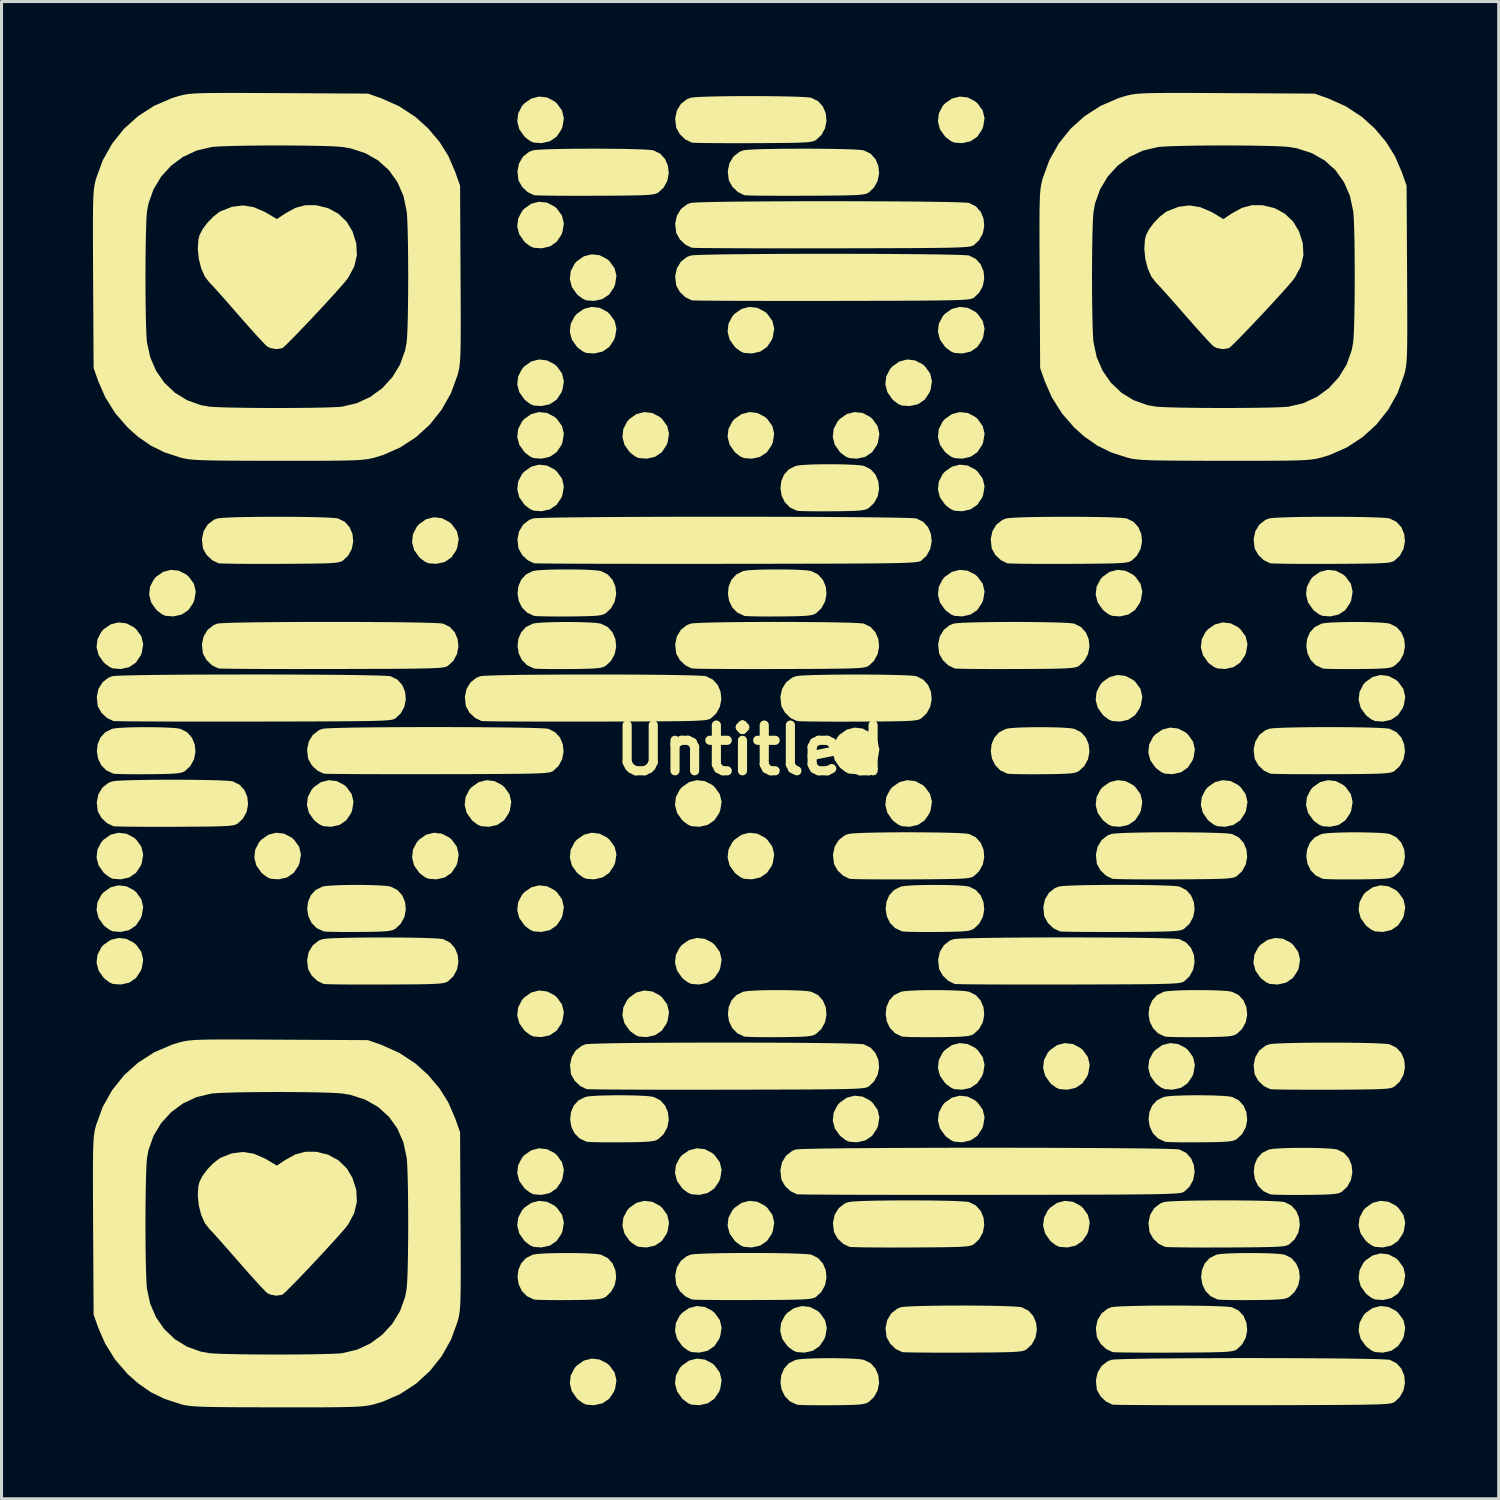
<source format=kicad_pcb>
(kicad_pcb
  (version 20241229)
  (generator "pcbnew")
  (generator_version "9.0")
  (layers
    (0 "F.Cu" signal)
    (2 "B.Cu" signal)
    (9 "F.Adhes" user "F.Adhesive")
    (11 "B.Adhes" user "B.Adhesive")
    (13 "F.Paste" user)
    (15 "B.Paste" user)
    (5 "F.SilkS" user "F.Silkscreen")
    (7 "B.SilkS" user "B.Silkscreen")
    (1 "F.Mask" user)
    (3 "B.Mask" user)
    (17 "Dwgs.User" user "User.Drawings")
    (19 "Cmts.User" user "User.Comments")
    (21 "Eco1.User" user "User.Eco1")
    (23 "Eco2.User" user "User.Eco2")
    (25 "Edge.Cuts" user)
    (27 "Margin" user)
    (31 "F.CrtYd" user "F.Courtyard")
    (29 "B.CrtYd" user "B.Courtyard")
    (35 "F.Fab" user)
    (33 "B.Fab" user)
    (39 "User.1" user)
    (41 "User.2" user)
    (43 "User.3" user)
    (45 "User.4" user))
  (footprint "Untitled"
    (layer "F.Cu")
    (at 21.566 21.566)
    (property "Reference" "Untitled" (at 0 0 0) (layer "F.SilkS") (effects (font (size 1.5 1.5) (thickness 0.3))))
    (attr board_only exclude_from_pos_files exclude_from_bom)
    (fp_poly (pts (xy -20.469 -4.16) (xy -20.225 -4.033) (xy -20.142 -3.96) (xy -19.977 -3.731) (xy -19.917 -3.479) (xy -19.962 -3.201) (xy -20.001 -3.103) (xy -20.156 -2.872) (xy -20.376 -2.723) (xy -20.65 -2.661) (xy -20.913 -2.681) (xy -21.025 -2.733) (xy -21.163 -2.835) (xy -21.216 -2.884) (xy -21.38 -3.116) (xy -21.447 -3.374) (xy -21.418 -3.635) (xy -21.292 -3.879) (xy -21.219 -3.962) (xy -20.988 -4.124) (xy -20.73 -4.19)) (stroke (width 0) (type solid)) (fill yes) (layer "F.SilkS"))
    (fp_poly (pts (xy -20.469 2.743) (xy -20.225 2.87) (xy -20.142 2.942) (xy -19.977 3.171) (xy -19.917 3.424) (xy -19.962 3.701) (xy -20.001 3.8) (xy -20.156 4.031) (xy -20.376 4.18) (xy -20.65 4.241) (xy -20.913 4.222) (xy -21.025 4.17) (xy -21.163 4.068) (xy -21.216 4.019) (xy -21.38 3.787) (xy -21.447 3.529) (xy -21.418 3.268) (xy -21.292 3.024) (xy -21.219 2.941) (xy -20.988 2.778) (xy -20.73 2.712)) (stroke (width 0) (type solid)) (fill yes) (layer "F.SilkS"))
    (fp_poly (pts (xy -20.469 4.469) (xy -20.225 4.596) (xy -20.142 4.668) (xy -19.977 4.897) (xy -19.917 5.15) (xy -19.962 5.427) (xy -20.001 5.526) (xy -20.156 5.757) (xy -20.376 5.906) (xy -20.65 5.967) (xy -20.913 5.948) (xy -21.025 5.896) (xy -21.163 5.793) (xy -21.216 5.744) (xy -21.38 5.512) (xy -21.447 5.255) (xy -21.418 4.993) (xy -21.292 4.75) (xy -21.219 4.667) (xy -20.988 4.504) (xy -20.73 4.438)) (stroke (width 0) (type solid)) (fill yes) (layer "F.SilkS"))
    (fp_poly (pts (xy -20.469 6.194) (xy -20.225 6.321) (xy -20.142 6.394) (xy -19.977 6.623) (xy -19.917 6.875) (xy -19.962 7.153) (xy -20.001 7.251) (xy -20.156 7.482) (xy -20.376 7.631) (xy -20.65 7.693) (xy -20.913 7.673) (xy -21.025 7.622) (xy -21.163 7.519) (xy -21.216 7.47) (xy -21.38 7.238) (xy -21.447 6.98) (xy -21.418 6.719) (xy -21.292 6.475) (xy -21.219 6.392) (xy -20.988 6.23) (xy -20.73 6.164)) (stroke (width 0) (type solid)) (fill yes) (layer "F.SilkS"))
    (fp_poly (pts (xy -18.743 -5.886) (xy -18.499 -5.759) (xy -18.417 -5.686) (xy -18.252 -5.457) (xy -18.192 -5.204) (xy -18.237 -4.927) (xy -18.275 -4.829) (xy -18.431 -4.597) (xy -18.65 -4.449) (xy -18.924 -4.387) (xy -19.187 -4.407) (xy -19.3 -4.458) (xy -19.437 -4.561) (xy -19.49 -4.61) (xy -19.654 -4.842) (xy -19.721 -5.099) (xy -19.692 -5.361) (xy -19.566 -5.604) (xy -19.493 -5.688) (xy -19.262 -5.85) (xy -19.005 -5.916)) (stroke (width 0) (type solid)) (fill yes) (layer "F.SilkS"))
    (fp_poly (pts (xy -15.292 2.743) (xy -15.048 2.87) (xy -14.965 2.942) (xy -14.8 3.171) (xy -14.74 3.424) (xy -14.785 3.701) (xy -14.824 3.8) (xy -14.979 4.031) (xy -15.199 4.18) (xy -15.473 4.241) (xy -15.736 4.222) (xy -15.848 4.17) (xy -15.986 4.068) (xy -16.039 4.019) (xy -16.203 3.787) (xy -16.27 3.529) (xy -16.241 3.268) (xy -16.115 3.024) (xy -16.042 2.941) (xy -15.811 2.778) (xy -15.553 2.712)) (stroke (width 0) (type solid)) (fill yes) (layer "F.SilkS"))
    (fp_poly (pts (xy -13.566 1.017) (xy -13.322 1.144) (xy -13.239 1.217) (xy -13.075 1.446) (xy -13.015 1.698) (xy -13.06 1.976) (xy -13.098 2.074) (xy -13.254 2.305) (xy -13.473 2.454) (xy -13.747 2.516) (xy -14.01 2.496) (xy -14.123 2.444) (xy -14.26 2.342) (xy -14.313 2.293) (xy -14.477 2.061) (xy -14.544 1.803) (xy -14.515 1.542) (xy -14.389 1.298) (xy -14.316 1.215) (xy -14.085 1.053) (xy -13.828 0.987)) (stroke (width 0) (type solid)) (fill yes) (layer "F.SilkS"))
    (fp_poly (pts (xy -10.115 -7.611) (xy -9.871 -7.484) (xy -9.788 -7.412) (xy -9.623 -7.183) (xy -9.563 -6.93) (xy -9.608 -6.653) (xy -9.647 -6.554) (xy -9.802 -6.323) (xy -10.022 -6.174) (xy -10.296 -6.113) (xy -10.559 -6.132) (xy -10.671 -6.184) (xy -10.809 -6.286) (xy -10.862 -6.335) (xy -11.026 -6.568) (xy -11.093 -6.825) (xy -11.064 -7.086) (xy -10.938 -7.33) (xy -10.865 -7.413) (xy -10.634 -7.576) (xy -10.376 -7.642)) (stroke (width 0) (type solid)) (fill yes) (layer "F.SilkS"))
    (fp_poly (pts (xy -10.115 2.743) (xy -9.871 2.87) (xy -9.788 2.942) (xy -9.623 3.171) (xy -9.563 3.424) (xy -9.608 3.701) (xy -9.647 3.8) (xy -9.802 4.031) (xy -10.022 4.18) (xy -10.296 4.241) (xy -10.559 4.222) (xy -10.671 4.17) (xy -10.809 4.068) (xy -10.862 4.019) (xy -11.026 3.787) (xy -11.093 3.529) (xy -11.064 3.268) (xy -10.938 3.024) (xy -10.865 2.941) (xy -10.634 2.778) (xy -10.376 2.712)) (stroke (width 0) (type solid)) (fill yes) (layer "F.SilkS"))
    (fp_poly (pts (xy -8.389 1.017) (xy -8.145 1.144) (xy -8.062 1.217) (xy -7.897 1.446) (xy -7.838 1.698) (xy -7.883 1.976) (xy -7.921 2.074) (xy -8.076 2.305) (xy -8.296 2.454) (xy -8.57 2.516) (xy -8.833 2.496) (xy -8.946 2.444) (xy -9.083 2.342) (xy -9.136 2.293) (xy -9.3 2.061) (xy -9.367 1.803) (xy -9.338 1.542) (xy -9.212 1.298) (xy -9.139 1.215) (xy -8.908 1.053) (xy -8.651 0.987)) (stroke (width 0) (type solid)) (fill yes) (layer "F.SilkS"))
    (fp_poly (pts (xy -6.663 -21.417) (xy -6.419 -21.29) (xy -6.337 -21.217) (xy -6.172 -20.988) (xy -6.112 -20.736) (xy -6.157 -20.458) (xy -6.195 -20.36) (xy -6.351 -20.129) (xy -6.571 -19.98) (xy -6.844 -19.918) (xy -7.107 -19.938) (xy -7.22 -19.989) (xy -7.358 -20.092) (xy -7.41 -20.141) (xy -7.574 -20.373) (xy -7.642 -20.631) (xy -7.612 -20.892) (xy -7.486 -21.136) (xy -7.413 -21.219) (xy -7.182 -21.381) (xy -6.925 -21.447)) (stroke (width 0) (type solid)) (fill yes) (layer "F.SilkS"))
    (fp_poly (pts (xy -6.663 -17.965) (xy -6.419 -17.838) (xy -6.337 -17.766) (xy -6.172 -17.537) (xy -6.112 -17.284) (xy -6.157 -17.007) (xy -6.195 -16.908) (xy -6.351 -16.677) (xy -6.571 -16.528) (xy -6.844 -16.467) (xy -7.107 -16.486) (xy -7.22 -16.538) (xy -7.358 -16.64) (xy -7.41 -16.69) (xy -7.574 -16.922) (xy -7.642 -17.179) (xy -7.612 -17.441) (xy -7.486 -17.684) (xy -7.413 -17.767) (xy -7.182 -17.93) (xy -6.925 -17.996)) (stroke (width 0) (type solid)) (fill yes) (layer "F.SilkS"))
    (fp_poly (pts (xy -6.663 -12.788) (xy -6.419 -12.661) (xy -6.337 -12.589) (xy -6.172 -12.36) (xy -6.112 -12.107) (xy -6.157 -11.83) (xy -6.195 -11.731) (xy -6.351 -11.5) (xy -6.571 -11.351) (xy -6.844 -11.29) (xy -7.107 -11.309) (xy -7.22 -11.361) (xy -7.358 -11.463) (xy -7.41 -11.512) (xy -7.574 -11.745) (xy -7.642 -12.002) (xy -7.612 -12.264) (xy -7.486 -12.507) (xy -7.413 -12.59) (xy -7.182 -12.753) (xy -6.925 -12.819)) (stroke (width 0) (type solid)) (fill yes) (layer "F.SilkS"))
    (fp_poly (pts (xy -6.663 -11.063) (xy -6.419 -10.936) (xy -6.337 -10.863) (xy -6.172 -10.634) (xy -6.112 -10.381) (xy -6.157 -10.104) (xy -6.195 -10.006) (xy -6.351 -9.774) (xy -6.571 -9.626) (xy -6.844 -9.564) (xy -7.107 -9.584) (xy -7.22 -9.635) (xy -7.358 -9.738) (xy -7.41 -9.787) (xy -7.574 -10.019) (xy -7.642 -10.276) (xy -7.612 -10.538) (xy -7.486 -10.781) (xy -7.413 -10.865) (xy -7.182 -11.027) (xy -6.925 -11.093)) (stroke (width 0) (type solid)) (fill yes) (layer "F.SilkS"))
    (fp_poly (pts (xy -6.663 -9.337) (xy -6.419 -9.21) (xy -6.337 -9.137) (xy -6.172 -8.908) (xy -6.112 -8.656) (xy -6.157 -8.378) (xy -6.195 -8.28) (xy -6.351 -8.049) (xy -6.571 -7.9) (xy -6.844 -7.838) (xy -7.107 -7.858) (xy -7.22 -7.91) (xy -7.358 -8.012) (xy -7.41 -8.061) (xy -7.574 -8.293) (xy -7.642 -8.551) (xy -7.612 -8.812) (xy -7.486 -9.056) (xy -7.413 -9.139) (xy -7.182 -9.301) (xy -6.925 -9.367)) (stroke (width 0) (type solid)) (fill yes) (layer "F.SilkS"))
    (fp_poly (pts (xy -6.663 4.469) (xy -6.419 4.596) (xy -6.337 4.668) (xy -6.172 4.897) (xy -6.112 5.15) (xy -6.157 5.427) (xy -6.195 5.526) (xy -6.351 5.757) (xy -6.571 5.906) (xy -6.844 5.967) (xy -7.107 5.948) (xy -7.22 5.896) (xy -7.358 5.793) (xy -7.41 5.744) (xy -7.574 5.512) (xy -7.642 5.255) (xy -7.612 4.993) (xy -7.486 4.75) (xy -7.413 4.667) (xy -7.182 4.504) (xy -6.925 4.438)) (stroke (width 0) (type solid)) (fill yes) (layer "F.SilkS"))
    (fp_poly (pts (xy -6.663 7.92) (xy -6.419 8.047) (xy -6.337 8.12) (xy -6.172 8.348) (xy -6.112 8.601) (xy -6.157 8.879) (xy -6.195 8.977) (xy -6.351 9.208) (xy -6.571 9.357) (xy -6.844 9.418) (xy -7.107 9.399) (xy -7.22 9.347) (xy -7.358 9.245) (xy -7.41 9.196) (xy -7.574 8.964) (xy -7.642 8.706) (xy -7.612 8.445) (xy -7.486 8.201) (xy -7.413 8.118) (xy -7.182 7.955) (xy -6.925 7.889)) (stroke (width 0) (type solid)) (fill yes) (layer "F.SilkS"))
    (fp_poly (pts (xy -6.663 13.097) (xy -6.419 13.224) (xy -6.337 13.297) (xy -6.172 13.526) (xy -6.112 13.778) (xy -6.157 14.056) (xy -6.195 14.154) (xy -6.351 14.385) (xy -6.571 14.534) (xy -6.844 14.596) (xy -7.107 14.576) (xy -7.22 14.524) (xy -7.358 14.422) (xy -7.41 14.373) (xy -7.574 14.141) (xy -7.642 13.883) (xy -7.612 13.622) (xy -7.486 13.378) (xy -7.413 13.295) (xy -7.182 13.133) (xy -6.925 13.067)) (stroke (width 0) (type solid)) (fill yes) (layer "F.SilkS"))
    (fp_poly (pts (xy -6.663 14.823) (xy -6.419 14.95) (xy -6.337 15.022) (xy -6.172 15.251) (xy -6.112 15.504) (xy -6.157 15.781) (xy -6.195 15.88) (xy -6.351 16.111) (xy -6.571 16.26) (xy -6.844 16.321) (xy -7.107 16.302) (xy -7.22 16.25) (xy -7.358 16.148) (xy -7.41 16.099) (xy -7.574 15.866) (xy -7.642 15.609) (xy -7.612 15.347) (xy -7.486 15.104) (xy -7.413 15.021) (xy -7.182 14.858) (xy -6.925 14.792)) (stroke (width 0) (type solid)) (fill yes) (layer "F.SilkS"))
    (fp_poly (pts (xy -4.938 -16.24) (xy -4.694 -16.113) (xy -4.611 -16.04) (xy -4.446 -15.811) (xy -4.386 -15.559) (xy -4.431 -15.281) (xy -4.47 -15.183) (xy -4.625 -14.951) (xy -4.845 -14.803) (xy -5.119 -14.741) (xy -5.382 -14.761) (xy -5.494 -14.812) (xy -5.632 -14.915) (xy -5.685 -14.964) (xy -5.849 -15.196) (xy -5.916 -15.454) (xy -5.887 -15.715) (xy -5.761 -15.959) (xy -5.688 -16.042) (xy -5.456 -16.204) (xy -5.199 -16.27)) (stroke (width 0) (type solid)) (fill yes) (layer "F.SilkS"))
    (fp_poly (pts (xy -4.938 -14.514) (xy -4.694 -14.387) (xy -4.611 -14.314) (xy -4.446 -14.085) (xy -4.386 -13.833) (xy -4.431 -13.555) (xy -4.47 -13.457) (xy -4.625 -13.226) (xy -4.845 -13.077) (xy -5.119 -13.016) (xy -5.382 -13.035) (xy -5.494 -13.087) (xy -5.632 -13.189) (xy -5.685 -13.238) (xy -5.849 -13.47) (xy -5.916 -13.728) (xy -5.887 -13.989) (xy -5.761 -14.233) (xy -5.688 -14.316) (xy -5.456 -14.479) (xy -5.199 -14.545)) (stroke (width 0) (type solid)) (fill yes) (layer "F.SilkS"))
    (fp_poly (pts (xy -4.938 2.743) (xy -4.694 2.87) (xy -4.611 2.942) (xy -4.446 3.171) (xy -4.386 3.424) (xy -4.431 3.701) (xy -4.47 3.8) (xy -4.625 4.031) (xy -4.845 4.18) (xy -5.119 4.241) (xy -5.382 4.222) (xy -5.494 4.17) (xy -5.632 4.068) (xy -5.685 4.019) (xy -5.849 3.787) (xy -5.916 3.529) (xy -5.887 3.268) (xy -5.761 3.024) (xy -5.688 2.941) (xy -5.456 2.778) (xy -5.199 2.712)) (stroke (width 0) (type solid)) (fill yes) (layer "F.SilkS"))
    (fp_poly (pts (xy -4.938 20) (xy -4.694 20.127) (xy -4.611 20.199) (xy -4.446 20.428) (xy -4.386 20.681) (xy -4.431 20.958) (xy -4.47 21.057) (xy -4.625 21.288) (xy -4.845 21.437) (xy -5.119 21.498) (xy -5.382 21.479) (xy -5.494 21.427) (xy -5.632 21.325) (xy -5.685 21.276) (xy -5.849 21.044) (xy -5.916 20.786) (xy -5.887 20.525) (xy -5.761 20.281) (xy -5.688 20.198) (xy -5.456 20.035) (xy -5.199 19.969)) (stroke (width 0) (type solid)) (fill yes) (layer "F.SilkS"))
    (fp_poly (pts (xy -3.212 -11.063) (xy -2.968 -10.936) (xy -2.885 -10.863) (xy -2.72 -10.634) (xy -2.661 -10.381) (xy -2.706 -10.104) (xy -2.744 -10.006) (xy -2.899 -9.774) (xy -3.119 -9.626) (xy -3.393 -9.564) (xy -3.656 -9.584) (xy -3.768 -9.635) (xy -3.906 -9.738) (xy -3.959 -9.787) (xy -4.123 -10.019) (xy -4.19 -10.276) (xy -4.161 -10.538) (xy -4.035 -10.781) (xy -3.962 -10.865) (xy -3.731 -11.027) (xy -3.473 -11.093)) (stroke (width 0) (type solid)) (fill yes) (layer "F.SilkS"))
    (fp_poly (pts (xy -3.212 7.92) (xy -2.968 8.047) (xy -2.885 8.12) (xy -2.72 8.348) (xy -2.661 8.601) (xy -2.706 8.879) (xy -2.744 8.977) (xy -2.899 9.208) (xy -3.119 9.357) (xy -3.393 9.418) (xy -3.656 9.399) (xy -3.768 9.347) (xy -3.906 9.245) (xy -3.959 9.196) (xy -4.123 8.964) (xy -4.19 8.706) (xy -4.161 8.445) (xy -4.035 8.201) (xy -3.962 8.118) (xy -3.731 7.955) (xy -3.473 7.889)) (stroke (width 0) (type solid)) (fill yes) (layer "F.SilkS"))
    (fp_poly (pts (xy -3.212 14.823) (xy -2.968 14.95) (xy -2.885 15.022) (xy -2.72 15.251) (xy -2.661 15.504) (xy -2.706 15.781) (xy -2.744 15.88) (xy -2.899 16.111) (xy -3.119 16.26) (xy -3.393 16.321) (xy -3.656 16.302) (xy -3.768 16.25) (xy -3.906 16.148) (xy -3.959 16.099) (xy -4.123 15.866) (xy -4.19 15.609) (xy -4.161 15.347) (xy -4.035 15.104) (xy -3.962 15.021) (xy -3.731 14.858) (xy -3.473 14.792)) (stroke (width 0) (type solid)) (fill yes) (layer "F.SilkS"))
    (fp_poly (pts (xy -1.486 1.017) (xy -1.242 1.144) (xy -1.16 1.217) (xy -0.995 1.446) (xy -0.935 1.698) (xy -0.98 1.976) (xy -1.018 2.074) (xy -1.174 2.305) (xy -1.394 2.454) (xy -1.667 2.516) (xy -1.93 2.496) (xy -2.043 2.444) (xy -2.181 2.342) (xy -2.233 2.293) (xy -2.397 2.061) (xy -2.465 1.803) (xy -2.435 1.542) (xy -2.309 1.298) (xy -2.236 1.215) (xy -2.005 1.053) (xy -1.748 0.987)) (stroke (width 0) (type solid)) (fill yes) (layer "F.SilkS"))
    (fp_poly (pts (xy -1.486 6.194) (xy -1.242 6.321) (xy -1.16 6.394) (xy -0.995 6.623) (xy -0.935 6.875) (xy -0.98 7.153) (xy -1.018 7.251) (xy -1.174 7.482) (xy -1.394 7.631) (xy -1.667 7.693) (xy -1.93 7.673) (xy -2.043 7.622) (xy -2.181 7.519) (xy -2.233 7.47) (xy -2.397 7.238) (xy -2.465 6.98) (xy -2.435 6.719) (xy -2.309 6.475) (xy -2.236 6.392) (xy -2.005 6.23) (xy -1.748 6.164)) (stroke (width 0) (type solid)) (fill yes) (layer "F.SilkS"))
    (fp_poly (pts (xy -1.486 13.097) (xy -1.242 13.224) (xy -1.16 13.297) (xy -0.995 13.526) (xy -0.935 13.778) (xy -0.98 14.056) (xy -1.018 14.154) (xy -1.174 14.385) (xy -1.394 14.534) (xy -1.667 14.596) (xy -1.93 14.576) (xy -2.043 14.524) (xy -2.181 14.422) (xy -2.233 14.373) (xy -2.397 14.141) (xy -2.465 13.883) (xy -2.435 13.622) (xy -2.309 13.378) (xy -2.236 13.295) (xy -2.005 13.133) (xy -1.748 13.067)) (stroke (width 0) (type solid)) (fill yes) (layer "F.SilkS"))
    (fp_poly (pts (xy -1.486 18.274) (xy -1.242 18.401) (xy -1.16 18.474) (xy -0.995 18.703) (xy -0.935 18.955) (xy -0.98 19.233) (xy -1.018 19.331) (xy -1.174 19.562) (xy -1.394 19.711) (xy -1.667 19.773) (xy -1.93 19.753) (xy -2.043 19.701) (xy -2.181 19.599) (xy -2.233 19.55) (xy -2.397 19.318) (xy -2.465 19.06) (xy -2.435 18.799) (xy -2.309 18.555) (xy -2.236 18.472) (xy -2.005 18.31) (xy -1.748 18.244)) (stroke (width 0) (type solid)) (fill yes) (layer "F.SilkS"))
    (fp_poly (pts (xy -1.486 20) (xy -1.242 20.127) (xy -1.16 20.199) (xy -0.995 20.428) (xy -0.935 20.681) (xy -0.98 20.958) (xy -1.018 21.057) (xy -1.174 21.288) (xy -1.394 21.437) (xy -1.667 21.498) (xy -1.93 21.479) (xy -2.043 21.427) (xy -2.181 21.325) (xy -2.233 21.276) (xy -2.397 21.044) (xy -2.465 20.786) (xy -2.435 20.525) (xy -2.309 20.281) (xy -2.236 20.198) (xy -2.005 20.035) (xy -1.748 19.969)) (stroke (width 0) (type solid)) (fill yes) (layer "F.SilkS"))
    (fp_poly (pts (xy 0.24 -14.514) (xy 0.483 -14.387) (xy 0.566 -14.314) (xy 0.731 -14.085) (xy 0.791 -13.833) (xy 0.746 -13.555) (xy 0.708 -13.457) (xy 0.552 -13.226) (xy 0.332 -13.077) (xy 0.059 -13.016) (xy -0.204 -13.035) (xy -0.317 -13.087) (xy -0.455 -13.189) (xy -0.508 -13.238) (xy -0.671 -13.47) (xy -0.739 -13.728) (xy -0.71 -13.989) (xy -0.584 -14.233) (xy -0.511 -14.316) (xy -0.279 -14.479) (xy -0.022 -14.545)) (stroke (width 0) (type solid)) (fill yes) (layer "F.SilkS"))
    (fp_poly (pts (xy 0.24 -11.063) (xy 0.483 -10.936) (xy 0.566 -10.863) (xy 0.731 -10.634) (xy 0.791 -10.381) (xy 0.746 -10.104) (xy 0.708 -10.006) (xy 0.552 -9.774) (xy 0.332 -9.626) (xy 0.059 -9.564) (xy -0.204 -9.584) (xy -0.317 -9.635) (xy -0.455 -9.738) (xy -0.508 -9.787) (xy -0.671 -10.019) (xy -0.739 -10.276) (xy -0.71 -10.538) (xy -0.584 -10.781) (xy -0.511 -10.865) (xy -0.279 -11.027) (xy -0.022 -11.093)) (stroke (width 0) (type solid)) (fill yes) (layer "F.SilkS"))
    (fp_poly (pts (xy 0.24 2.743) (xy 0.483 2.87) (xy 0.566 2.942) (xy 0.731 3.171) (xy 0.791 3.424) (xy 0.746 3.701) (xy 0.708 3.8) (xy 0.552 4.031) (xy 0.332 4.18) (xy 0.059 4.241) (xy -0.204 4.222) (xy -0.317 4.17) (xy -0.455 4.068) (xy -0.508 4.019) (xy -0.671 3.787) (xy -0.739 3.529) (xy -0.71 3.268) (xy -0.584 3.024) (xy -0.511 2.941) (xy -0.279 2.778) (xy -0.022 2.712)) (stroke (width 0) (type solid)) (fill yes) (layer "F.SilkS"))
    (fp_poly (pts (xy 0.24 14.823) (xy 0.483 14.95) (xy 0.566 15.022) (xy 0.731 15.251) (xy 0.791 15.504) (xy 0.746 15.781) (xy 0.708 15.88) (xy 0.552 16.111) (xy 0.332 16.26) (xy 0.059 16.321) (xy -0.204 16.302) (xy -0.317 16.25) (xy -0.455 16.148) (xy -0.508 16.099) (xy -0.671 15.866) (xy -0.739 15.609) (xy -0.71 15.347) (xy -0.584 15.104) (xy -0.511 15.021) (xy -0.279 14.858) (xy -0.022 14.792)) (stroke (width 0) (type solid)) (fill yes) (layer "F.SilkS"))
    (fp_poly (pts (xy 1.965 18.274) (xy 2.209 18.401) (xy 2.292 18.474) (xy 2.457 18.703) (xy 2.517 18.955) (xy 2.472 19.233) (xy 2.433 19.331) (xy 2.278 19.562) (xy 2.058 19.711) (xy 1.784 19.773) (xy 1.521 19.753) (xy 1.409 19.701) (xy 1.271 19.599) (xy 1.218 19.55) (xy 1.054 19.318) (xy 0.987 19.06) (xy 1.016 18.799) (xy 1.142 18.555) (xy 1.215 18.472) (xy 1.446 18.31) (xy 1.704 18.244)) (stroke (width 0) (type solid)) (fill yes) (layer "F.SilkS"))
    (fp_poly (pts (xy 3.691 -11.063) (xy 3.935 -10.936) (xy 4.017 -10.863) (xy 4.182 -10.634) (xy 4.242 -10.381) (xy 4.197 -10.104) (xy 4.159 -10.006) (xy 4.003 -9.774) (xy 3.783 -9.626) (xy 3.51 -9.564) (xy 3.247 -9.584) (xy 3.134 -9.635) (xy 2.997 -9.738) (xy 2.944 -9.787) (xy 2.78 -10.019) (xy 2.713 -10.276) (xy 2.742 -10.538) (xy 2.868 -10.781) (xy 2.941 -10.865) (xy 3.172 -11.027) (xy 3.429 -11.093)) (stroke (width 0) (type solid)) (fill yes) (layer "F.SilkS"))
    (fp_poly (pts (xy 3.691 -0.708) (xy 3.935 -0.582) (xy 4.017 -0.509) (xy 4.182 -0.28) (xy 4.242 -0.027) (xy 4.197 0.25) (xy 4.159 0.348) (xy 4.003 0.58) (xy 3.783 0.729) (xy 3.51 0.79) (xy 3.247 0.771) (xy 3.134 0.719) (xy 2.997 0.616) (xy 2.944 0.567) (xy 2.78 0.335) (xy 2.713 0.078) (xy 2.742 -0.184) (xy 2.868 -0.427) (xy 2.941 -0.511) (xy 3.172 -0.673) (xy 3.429 -0.739)) (stroke (width 0) (type solid)) (fill yes) (layer "F.SilkS"))
    (fp_poly (pts (xy 3.691 11.371) (xy 3.935 11.498) (xy 4.017 11.571) (xy 4.182 11.8) (xy 4.242 12.052) (xy 4.197 12.33) (xy 4.159 12.428) (xy 4.003 12.66) (xy 3.783 12.808) (xy 3.51 12.87) (xy 3.247 12.85) (xy 3.134 12.799) (xy 2.997 12.696) (xy 2.944 12.647) (xy 2.78 12.415) (xy 2.713 12.158) (xy 2.742 11.896) (xy 2.868 11.652) (xy 2.941 11.569) (xy 3.172 11.407) (xy 3.429 11.341)) (stroke (width 0) (type solid)) (fill yes) (layer "F.SilkS"))
    (fp_poly (pts (xy 5.417 -12.788) (xy 5.661 -12.661) (xy 5.743 -12.589) (xy 5.908 -12.36) (xy 5.968 -12.107) (xy 5.923 -11.83) (xy 5.885 -11.731) (xy 5.729 -11.5) (xy 5.509 -11.351) (xy 5.236 -11.29) (xy 4.973 -11.309) (xy 4.86 -11.361) (xy 4.722 -11.463) (xy 4.669 -11.512) (xy 4.506 -11.745) (xy 4.438 -12.002) (xy 4.468 -12.264) (xy 4.594 -12.507) (xy 4.667 -12.59) (xy 4.898 -12.753) (xy 5.155 -12.819)) (stroke (width 0) (type solid)) (fill yes) (layer "F.SilkS"))
    (fp_poly (pts (xy 5.417 1.017) (xy 5.661 1.144) (xy 5.743 1.217) (xy 5.908 1.446) (xy 5.968 1.698) (xy 5.923 1.976) (xy 5.885 2.074) (xy 5.729 2.305) (xy 5.509 2.454) (xy 5.236 2.516) (xy 4.973 2.496) (xy 4.86 2.444) (xy 4.722 2.342) (xy 4.669 2.293) (xy 4.506 2.061) (xy 4.438 1.803) (xy 4.468 1.542) (xy 4.594 1.298) (xy 4.667 1.215) (xy 4.898 1.053) (xy 5.155 0.987)) (stroke (width 0) (type solid)) (fill yes) (layer "F.SilkS"))
    (fp_poly (pts (xy 7.142 -21.417) (xy 7.386 -21.29) (xy 7.469 -21.217) (xy 7.634 -20.988) (xy 7.694 -20.736) (xy 7.649 -20.458) (xy 7.61 -20.36) (xy 7.455 -20.129) (xy 7.235 -19.98) (xy 6.961 -19.918) (xy 6.698 -19.938) (xy 6.586 -19.989) (xy 6.448 -20.092) (xy 6.395 -20.141) (xy 6.231 -20.373) (xy 6.164 -20.631) (xy 6.193 -20.892) (xy 6.319 -21.136) (xy 6.392 -21.219) (xy 6.623 -21.381) (xy 6.881 -21.447)) (stroke (width 0) (type solid)) (fill yes) (layer "F.SilkS"))
    (fp_poly (pts (xy 7.142 -14.514) (xy 7.386 -14.387) (xy 7.469 -14.314) (xy 7.634 -14.085) (xy 7.694 -13.833) (xy 7.649 -13.555) (xy 7.61 -13.457) (xy 7.455 -13.226) (xy 7.235 -13.077) (xy 6.961 -13.016) (xy 6.698 -13.035) (xy 6.586 -13.087) (xy 6.448 -13.189) (xy 6.395 -13.238) (xy 6.231 -13.47) (xy 6.164 -13.728) (xy 6.193 -13.989) (xy 6.319 -14.233) (xy 6.392 -14.316) (xy 6.623 -14.479) (xy 6.881 -14.545)) (stroke (width 0) (type solid)) (fill yes) (layer "F.SilkS"))
    (fp_poly (pts (xy 7.142 -11.063) (xy 7.386 -10.936) (xy 7.469 -10.863) (xy 7.634 -10.634) (xy 7.694 -10.381) (xy 7.649 -10.104) (xy 7.61 -10.006) (xy 7.455 -9.774) (xy 7.235 -9.626) (xy 6.961 -9.564) (xy 6.698 -9.584) (xy 6.586 -9.635) (xy 6.448 -9.738) (xy 6.395 -9.787) (xy 6.231 -10.019) (xy 6.164 -10.276) (xy 6.193 -10.538) (xy 6.319 -10.781) (xy 6.392 -10.865) (xy 6.623 -11.027) (xy 6.881 -11.093)) (stroke (width 0) (type solid)) (fill yes) (layer "F.SilkS"))
    (fp_poly (pts (xy 7.142 -9.337) (xy 7.386 -9.21) (xy 7.469 -9.137) (xy 7.634 -8.908) (xy 7.694 -8.656) (xy 7.649 -8.378) (xy 7.61 -8.28) (xy 7.455 -8.049) (xy 7.235 -7.9) (xy 6.961 -7.838) (xy 6.698 -7.858) (xy 6.586 -7.91) (xy 6.448 -8.012) (xy 6.395 -8.061) (xy 6.231 -8.293) (xy 6.164 -8.551) (xy 6.193 -8.812) (xy 6.319 -9.056) (xy 6.392 -9.139) (xy 6.623 -9.301) (xy 6.881 -9.367)) (stroke (width 0) (type solid)) (fill yes) (layer "F.SilkS"))
    (fp_poly (pts (xy 7.142 -5.886) (xy 7.386 -5.759) (xy 7.469 -5.686) (xy 7.634 -5.457) (xy 7.694 -5.204) (xy 7.649 -4.927) (xy 7.61 -4.829) (xy 7.455 -4.597) (xy 7.235 -4.449) (xy 6.961 -4.387) (xy 6.698 -4.407) (xy 6.586 -4.458) (xy 6.448 -4.561) (xy 6.395 -4.61) (xy 6.231 -4.842) (xy 6.164 -5.099) (xy 6.193 -5.361) (xy 6.319 -5.604) (xy 6.392 -5.688) (xy 6.623 -5.85) (xy 6.881 -5.916)) (stroke (width 0) (type solid)) (fill yes) (layer "F.SilkS"))
    (fp_poly (pts (xy 7.142 9.646) (xy 7.386 9.773) (xy 7.469 9.845) (xy 7.634 10.074) (xy 7.694 10.327) (xy 7.649 10.604) (xy 7.61 10.703) (xy 7.455 10.934) (xy 7.235 11.083) (xy 6.961 11.144) (xy 6.698 11.125) (xy 6.586 11.073) (xy 6.448 10.971) (xy 6.395 10.922) (xy 6.231 10.689) (xy 6.164 10.432) (xy 6.193 10.17) (xy 6.319 9.927) (xy 6.392 9.844) (xy 6.623 9.681) (xy 6.881 9.615)) (stroke (width 0) (type solid)) (fill yes) (layer "F.SilkS"))
    (fp_poly (pts (xy 7.142 11.371) (xy 7.386 11.498) (xy 7.469 11.571) (xy 7.634 11.8) (xy 7.694 12.052) (xy 7.649 12.33) (xy 7.61 12.428) (xy 7.455 12.66) (xy 7.235 12.808) (xy 6.961 12.87) (xy 6.698 12.85) (xy 6.586 12.799) (xy 6.448 12.696) (xy 6.395 12.647) (xy 6.231 12.415) (xy 6.164 12.158) (xy 6.193 11.896) (xy 6.319 11.652) (xy 6.392 11.569) (xy 6.623 11.407) (xy 6.881 11.341)) (stroke (width 0) (type solid)) (fill yes) (layer "F.SilkS"))
    (fp_poly (pts (xy 10.594 9.646) (xy 10.838 9.773) (xy 10.92 9.845) (xy 11.085 10.074) (xy 11.145 10.327) (xy 11.1 10.604) (xy 11.062 10.703) (xy 10.906 10.934) (xy 10.686 11.083) (xy 10.413 11.144) (xy 10.15 11.125) (xy 10.037 11.073) (xy 9.899 10.971) (xy 9.847 10.922) (xy 9.683 10.689) (xy 9.615 10.432) (xy 9.645 10.17) (xy 9.771 9.927) (xy 9.844 9.844) (xy 10.075 9.681) (xy 10.332 9.615)) (stroke (width 0) (type solid)) (fill yes) (layer "F.SilkS"))
    (fp_poly (pts (xy 10.594 14.823) (xy 10.838 14.95) (xy 10.92 15.022) (xy 11.085 15.251) (xy 11.145 15.504) (xy 11.1 15.781) (xy 11.062 15.88) (xy 10.906 16.111) (xy 10.686 16.26) (xy 10.413 16.321) (xy 10.15 16.302) (xy 10.037 16.25) (xy 9.899 16.148) (xy 9.847 16.099) (xy 9.683 15.866) (xy 9.615 15.609) (xy 9.645 15.347) (xy 9.771 15.104) (xy 9.844 15.021) (xy 10.075 14.858) (xy 10.332 14.792)) (stroke (width 0) (type solid)) (fill yes) (layer "F.SilkS"))
    (fp_poly (pts (xy 12.319 -5.886) (xy 12.563 -5.759) (xy 12.646 -5.686) (xy 12.811 -5.457) (xy 12.871 -5.204) (xy 12.826 -4.927) (xy 12.787 -4.829) (xy 12.632 -4.597) (xy 12.412 -4.449) (xy 12.138 -4.387) (xy 11.875 -4.407) (xy 11.763 -4.458) (xy 11.625 -4.561) (xy 11.572 -4.61) (xy 11.408 -4.842) (xy 11.341 -5.099) (xy 11.37 -5.361) (xy 11.496 -5.604) (xy 11.569 -5.688) (xy 11.8 -5.85) (xy 12.058 -5.916)) (stroke (width 0) (type solid)) (fill yes) (layer "F.SilkS"))
    (fp_poly (pts (xy 12.319 -2.434) (xy 12.563 -2.307) (xy 12.646 -2.235) (xy 12.811 -2.006) (xy 12.871 -1.753) (xy 12.826 -1.476) (xy 12.787 -1.377) (xy 12.632 -1.146) (xy 12.412 -0.997) (xy 12.138 -0.936) (xy 11.875 -0.955) (xy 11.763 -1.007) (xy 11.625 -1.109) (xy 11.572 -1.158) (xy 11.408 -1.39) (xy 11.341 -1.648) (xy 11.37 -1.909) (xy 11.496 -2.153) (xy 11.569 -2.236) (xy 11.8 -2.399) (xy 12.058 -2.465)) (stroke (width 0) (type solid)) (fill yes) (layer "F.SilkS"))
    (fp_poly (pts (xy 12.319 1.017) (xy 12.563 1.144) (xy 12.646 1.217) (xy 12.811 1.446) (xy 12.871 1.698) (xy 12.826 1.976) (xy 12.787 2.074) (xy 12.632 2.305) (xy 12.412 2.454) (xy 12.138 2.516) (xy 11.875 2.496) (xy 11.763 2.444) (xy 11.625 2.342) (xy 11.572 2.293) (xy 11.408 2.061) (xy 11.341 1.803) (xy 11.37 1.542) (xy 11.496 1.298) (xy 11.569 1.215) (xy 11.8 1.053) (xy 12.058 0.987)) (stroke (width 0) (type solid)) (fill yes) (layer "F.SilkS"))
    (fp_poly (pts (xy 14.045 -0.708) (xy 14.289 -0.582) (xy 14.372 -0.509) (xy 14.536 -0.28) (xy 14.596 -0.027) (xy 14.551 0.25) (xy 14.513 0.348) (xy 14.358 0.58) (xy 14.138 0.729) (xy 13.864 0.79) (xy 13.601 0.771) (xy 13.488 0.719) (xy 13.351 0.616) (xy 13.298 0.567) (xy 13.134 0.335) (xy 13.067 0.078) (xy 13.096 -0.184) (xy 13.222 -0.427) (xy 13.295 -0.511) (xy 13.526 -0.673) (xy 13.783 -0.739)) (stroke (width 0) (type solid)) (fill yes) (layer "F.SilkS"))
    (fp_poly (pts (xy 14.045 9.646) (xy 14.289 9.773) (xy 14.372 9.845) (xy 14.536 10.074) (xy 14.596 10.327) (xy 14.551 10.604) (xy 14.513 10.703) (xy 14.358 10.934) (xy 14.138 11.083) (xy 13.864 11.144) (xy 13.601 11.125) (xy 13.488 11.073) (xy 13.351 10.971) (xy 13.298 10.922) (xy 13.134 10.689) (xy 13.067 10.432) (xy 13.096 10.17) (xy 13.222 9.927) (xy 13.295 9.844) (xy 13.526 9.681) (xy 13.783 9.615)) (stroke (width 0) (type solid)) (fill yes) (layer "F.SilkS"))
    (fp_poly (pts (xy 15.771 -4.16) (xy 16.015 -4.033) (xy 16.097 -3.96) (xy 16.262 -3.731) (xy 16.322 -3.479) (xy 16.277 -3.201) (xy 16.239 -3.103) (xy 16.083 -2.872) (xy 15.863 -2.723) (xy 15.59 -2.661) (xy 15.327 -2.681) (xy 15.214 -2.733) (xy 15.076 -2.835) (xy 15.024 -2.884) (xy 14.86 -3.116) (xy 14.792 -3.374) (xy 14.822 -3.635) (xy 14.948 -3.879) (xy 15.021 -3.962) (xy 15.252 -4.124) (xy 15.509 -4.19)) (stroke (width 0) (type solid)) (fill yes) (layer "F.SilkS"))
    (fp_poly (pts (xy 15.771 1.017) (xy 16.015 1.144) (xy 16.097 1.217) (xy 16.262 1.446) (xy 16.322 1.698) (xy 16.277 1.976) (xy 16.239 2.074) (xy 16.083 2.305) (xy 15.863 2.454) (xy 15.59 2.516) (xy 15.327 2.496) (xy 15.214 2.444) (xy 15.076 2.342) (xy 15.024 2.293) (xy 14.86 2.061) (xy 14.792 1.803) (xy 14.822 1.542) (xy 14.948 1.298) (xy 15.021 1.215) (xy 15.252 1.053) (xy 15.509 0.987)) (stroke (width 0) (type solid)) (fill yes) (layer "F.SilkS"))
    (fp_poly (pts (xy 17.496 6.194) (xy 17.74 6.321) (xy 17.823 6.394) (xy 17.988 6.623) (xy 18.048 6.875) (xy 18.003 7.153) (xy 17.964 7.251) (xy 17.809 7.482) (xy 17.589 7.631) (xy 17.315 7.693) (xy 17.052 7.673) (xy 16.94 7.622) (xy 16.802 7.519) (xy 16.749 7.47) (xy 16.585 7.238) (xy 16.518 6.98) (xy 16.547 6.719) (xy 16.673 6.475) (xy 16.746 6.392) (xy 16.978 6.23) (xy 17.235 6.164)) (stroke (width 0) (type solid)) (fill yes) (layer "F.SilkS"))
    (fp_poly (pts (xy 19.222 -5.886) (xy 19.466 -5.759) (xy 19.549 -5.686) (xy 19.714 -5.457) (xy 19.773 -5.204) (xy 19.728 -4.927) (xy 19.69 -4.829) (xy 19.535 -4.597) (xy 19.315 -4.449) (xy 19.041 -4.387) (xy 18.778 -4.407) (xy 18.666 -4.458) (xy 18.528 -4.561) (xy 18.475 -4.61) (xy 18.311 -4.842) (xy 18.244 -5.099) (xy 18.273 -5.361) (xy 18.399 -5.604) (xy 18.472 -5.688) (xy 18.703 -5.85) (xy 18.961 -5.916)) (stroke (width 0) (type solid)) (fill yes) (layer "F.SilkS"))
    (fp_poly (pts (xy 19.222 1.017) (xy 19.466 1.144) (xy 19.549 1.217) (xy 19.714 1.446) (xy 19.773 1.698) (xy 19.728 1.976) (xy 19.69 2.074) (xy 19.535 2.305) (xy 19.315 2.454) (xy 19.041 2.516) (xy 18.778 2.496) (xy 18.666 2.444) (xy 18.528 2.342) (xy 18.475 2.293) (xy 18.311 2.061) (xy 18.244 1.803) (xy 18.273 1.542) (xy 18.399 1.298) (xy 18.472 1.215) (xy 18.703 1.053) (xy 18.961 0.987)) (stroke (width 0) (type solid)) (fill yes) (layer "F.SilkS"))
    (fp_poly (pts (xy 20.948 -2.434) (xy 21.192 -2.307) (xy 21.274 -2.235) (xy 21.439 -2.006) (xy 21.499 -1.753) (xy 21.454 -1.476) (xy 21.416 -1.377) (xy 21.26 -1.146) (xy 21.04 -0.997) (xy 20.767 -0.936) (xy 20.504 -0.955) (xy 20.391 -1.007) (xy 20.253 -1.109) (xy 20.201 -1.158) (xy 20.037 -1.39) (xy 19.969 -1.648) (xy 19.999 -1.909) (xy 20.125 -2.153) (xy 20.198 -2.236) (xy 20.429 -2.399) (xy 20.686 -2.465)) (stroke (width 0) (type solid)) (fill yes) (layer "F.SilkS"))
    (fp_poly (pts (xy 20.948 4.469) (xy 21.192 4.596) (xy 21.274 4.668) (xy 21.439 4.897) (xy 21.499 5.15) (xy 21.454 5.427) (xy 21.416 5.526) (xy 21.26 5.757) (xy 21.04 5.906) (xy 20.767 5.967) (xy 20.504 5.948) (xy 20.391 5.896) (xy 20.253 5.793) (xy 20.201 5.744) (xy 20.037 5.512) (xy 19.969 5.255) (xy 19.999 4.993) (xy 20.125 4.75) (xy 20.198 4.667) (xy 20.429 4.504) (xy 20.686 4.438)) (stroke (width 0) (type solid)) (fill yes) (layer "F.SilkS"))
    (fp_poly (pts (xy 20.948 14.823) (xy 21.192 14.95) (xy 21.274 15.022) (xy 21.439 15.251) (xy 21.499 15.504) (xy 21.454 15.781) (xy 21.416 15.88) (xy 21.26 16.111) (xy 21.04 16.26) (xy 20.767 16.321) (xy 20.504 16.302) (xy 20.391 16.25) (xy 20.253 16.148) (xy 20.201 16.099) (xy 20.037 15.866) (xy 19.969 15.609) (xy 19.999 15.347) (xy 20.125 15.104) (xy 20.198 15.021) (xy 20.429 14.858) (xy 20.686 14.792)) (stroke (width 0) (type solid)) (fill yes) (layer "F.SilkS"))
    (fp_poly (pts (xy 20.948 16.548) (xy 21.192 16.675) (xy 21.274 16.748) (xy 21.439 16.977) (xy 21.499 17.23) (xy 21.454 17.507) (xy 21.416 17.605) (xy 21.26 17.837) (xy 21.04 17.985) (xy 20.767 18.047) (xy 20.504 18.027) (xy 20.391 17.976) (xy 20.253 17.873) (xy 20.201 17.824) (xy 20.037 17.592) (xy 19.969 17.335) (xy 19.999 17.073) (xy 20.125 16.83) (xy 20.198 16.746) (xy 20.429 16.584) (xy 20.686 16.518)) (stroke (width 0) (type solid)) (fill yes) (layer "F.SilkS"))
    (fp_poly (pts (xy 20.948 18.274) (xy 21.192 18.401) (xy 21.274 18.474) (xy 21.439 18.703) (xy 21.499 18.955) (xy 21.454 19.233) (xy 21.416 19.331) (xy 21.26 19.562) (xy 21.04 19.711) (xy 20.767 19.773) (xy 20.504 19.753) (xy 20.391 19.701) (xy 20.253 19.599) (xy 20.201 19.55) (xy 20.037 19.318) (xy 19.969 19.06) (xy 19.999 18.799) (xy 20.125 18.555) (xy 20.198 18.472) (xy 20.429 18.31) (xy 20.686 18.244)) (stroke (width 0) (type solid)) (fill yes) (layer "F.SilkS"))
    (fp_poly (pts (xy -19.654 -0.752) (xy -19.338 -0.747) (xy -19.058 -0.736) (xy -18.837 -0.72) (xy -18.701 -0.699) (xy -18.7 -0.699) (xy -18.477 -0.587) (xy -18.318 -0.409) (xy -18.225 -0.187) (xy -18.201 0.057) (xy -18.248 0.301) (xy -18.369 0.523) (xy -18.541 0.684) (xy -18.604 0.718) (xy -18.686 0.744) (xy -18.803 0.763) (xy -18.972 0.775) (xy -19.209 0.784) (xy -19.529 0.789) (xy -19.738 0.791) (xy -20.07 0.793) (xy -20.37 0.791) (xy -20.62 0.787) (xy -20.801 0.781) (xy -20.894 0.773) (xy -20.897 0.772) (xy -21.128 0.665) (xy -21.295 0.493) (xy -21.398 0.278) (xy -21.437 0.042) (xy -21.411 -0.195) (xy -21.32 -0.412) (xy -21.162 -0.586) (xy -20.938 -0.698) (xy -20.934 -0.699) (xy -20.798 -0.721) (xy -20.578 -0.736) (xy -20.298 -0.747) (xy -19.982 -0.752)) (stroke (width 0) (type solid)) (fill yes) (layer "F.SilkS"))
    (fp_poly (pts (xy -12.751 4.425) (xy -12.435 4.43) (xy -12.155 4.441) (xy -11.935 4.457) (xy -11.798 4.479) (xy -11.798 4.479) (xy -11.575 4.59) (xy -11.415 4.768) (xy -11.322 4.99) (xy -11.298 5.234) (xy -11.345 5.478) (xy -11.467 5.7) (xy -11.639 5.861) (xy -11.701 5.895) (xy -11.783 5.921) (xy -11.901 5.94) (xy -12.07 5.953) (xy -12.306 5.961) (xy -12.626 5.966) (xy -12.835 5.968) (xy -13.167 5.97) (xy -13.468 5.968) (xy -13.718 5.964) (xy -13.898 5.958) (xy -13.991 5.95) (xy -13.994 5.949) (xy -14.225 5.842) (xy -14.392 5.67) (xy -14.496 5.455) (xy -14.535 5.219) (xy -14.509 4.982) (xy -14.417 4.765) (xy -14.26 4.591) (xy -14.035 4.479) (xy -14.031 4.478) (xy -13.895 4.457) (xy -13.675 4.441) (xy -13.395 4.43) (xy -13.079 4.425)) (stroke (width 0) (type solid)) (fill yes) (layer "F.SilkS"))
    (fp_poly (pts (xy -5.848 -5.929) (xy -5.532 -5.924) (xy -5.252 -5.913) (xy -5.032 -5.897) (xy -4.895 -5.876) (xy -4.895 -5.876) (xy -4.672 -5.764) (xy -4.513 -5.586) (xy -4.42 -5.364) (xy -4.395 -5.12) (xy -4.443 -4.876) (xy -4.564 -4.654) (xy -4.736 -4.493) (xy -4.798 -4.459) (xy -4.88 -4.433) (xy -4.998 -4.414) (xy -5.167 -4.402) (xy -5.403 -4.393) (xy -5.723 -4.388) (xy -5.932 -4.386) (xy -6.264 -4.384) (xy -6.565 -4.386) (xy -6.815 -4.39) (xy -6.996 -4.396) (xy -7.089 -4.404) (xy -7.092 -4.405) (xy -7.322 -4.513) (xy -7.49 -4.684) (xy -7.593 -4.899) (xy -7.632 -5.135) (xy -7.606 -5.372) (xy -7.514 -5.589) (xy -7.357 -5.763) (xy -7.133 -5.875) (xy -7.128 -5.876) (xy -6.992 -5.898) (xy -6.772 -5.914) (xy -6.492 -5.924) (xy -6.176 -5.929)) (stroke (width 0) (type solid)) (fill yes) (layer "F.SilkS"))
    (fp_poly (pts (xy -5.848 -4.204) (xy -5.532 -4.198) (xy -5.252 -4.187) (xy -5.032 -4.171) (xy -4.895 -4.15) (xy -4.895 -4.15) (xy -4.672 -4.039) (xy -4.513 -3.861) (xy -4.42 -3.639) (xy -4.395 -3.394) (xy -4.443 -3.15) (xy -4.564 -2.928) (xy -4.736 -2.768) (xy -4.798 -2.733) (xy -4.88 -2.707) (xy -4.998 -2.689) (xy -5.167 -2.676) (xy -5.403 -2.668) (xy -5.723 -2.662) (xy -5.932 -2.66) (xy -6.264 -2.659) (xy -6.565 -2.66) (xy -6.815 -2.664) (xy -6.996 -2.67) (xy -7.089 -2.679) (xy -7.092 -2.679) (xy -7.322 -2.787) (xy -7.49 -2.959) (xy -7.593 -3.173) (xy -7.632 -3.41) (xy -7.606 -3.647) (xy -7.514 -3.863) (xy -7.357 -4.038) (xy -7.133 -4.149) (xy -7.128 -4.151) (xy -6.992 -4.172) (xy -6.772 -4.188) (xy -6.492 -4.198) (xy -6.176 -4.204)) (stroke (width 0) (type solid)) (fill yes) (layer "F.SilkS"))
    (fp_poly (pts (xy -5.848 16.505) (xy -5.532 16.51) (xy -5.252 16.521) (xy -5.032 16.537) (xy -4.895 16.558) (xy -4.895 16.558) (xy -4.672 16.67) (xy -4.513 16.848) (xy -4.42 17.07) (xy -4.395 17.314) (xy -4.443 17.558) (xy -4.564 17.78) (xy -4.736 17.941) (xy -4.798 17.975) (xy -4.88 18.001) (xy -4.998 18.02) (xy -5.167 18.032) (xy -5.403 18.041) (xy -5.723 18.046) (xy -5.932 18.048) (xy -6.264 18.05) (xy -6.565 18.048) (xy -6.815 18.044) (xy -6.996 18.038) (xy -7.089 18.03) (xy -7.092 18.029) (xy -7.322 17.921) (xy -7.49 17.75) (xy -7.593 17.535) (xy -7.632 17.299) (xy -7.606 17.062) (xy -7.514 16.845) (xy -7.357 16.671) (xy -7.133 16.559) (xy -7.128 16.558) (xy -6.992 16.536) (xy -6.772 16.52) (xy -6.492 16.51) (xy -6.176 16.505)) (stroke (width 0) (type solid)) (fill yes) (layer "F.SilkS"))
    (fp_poly (pts (xy -4.123 11.328) (xy -3.807 11.333) (xy -3.527 11.344) (xy -3.306 11.36) (xy -3.169 11.381) (xy -3.169 11.381) (xy -2.946 11.493) (xy -2.787 11.67) (xy -2.694 11.893) (xy -2.67 12.137) (xy -2.717 12.381) (xy -2.838 12.603) (xy -3.01 12.764) (xy -3.073 12.798) (xy -3.155 12.824) (xy -3.272 12.843) (xy -3.441 12.855) (xy -3.677 12.864) (xy -3.997 12.869) (xy -4.206 12.871) (xy -4.539 12.872) (xy -4.839 12.871) (xy -5.089 12.867) (xy -5.27 12.861) (xy -5.363 12.853) (xy -5.366 12.852) (xy -5.597 12.744) (xy -5.764 12.573) (xy -5.867 12.358) (xy -5.906 12.122) (xy -5.88 11.885) (xy -5.789 11.668) (xy -5.631 11.494) (xy -5.407 11.382) (xy -5.403 11.381) (xy -5.267 11.359) (xy -5.046 11.343) (xy -4.766 11.333) (xy -4.451 11.328)) (stroke (width 0) (type solid)) (fill yes) (layer "F.SilkS"))
    (fp_poly (pts (xy 1.054 -5.929) (xy 1.37 -5.924) (xy 1.651 -5.913) (xy 1.871 -5.897) (xy 2.008 -5.876) (xy 2.008 -5.876) (xy 2.231 -5.764) (xy 2.39 -5.586) (xy 2.483 -5.364) (xy 2.507 -5.12) (xy 2.46 -4.876) (xy 2.339 -4.654) (xy 2.167 -4.493) (xy 2.104 -4.459) (xy 2.022 -4.433) (xy 1.905 -4.414) (xy 1.736 -4.402) (xy 1.5 -4.393) (xy 1.18 -4.388) (xy 0.971 -4.386) (xy 0.638 -4.384) (xy 0.338 -4.386) (xy 0.088 -4.39) (xy -0.093 -4.396) (xy -0.186 -4.404) (xy -0.189 -4.405) (xy -0.419 -4.513) (xy -0.587 -4.684) (xy -0.69 -4.899) (xy -0.729 -5.135) (xy -0.703 -5.372) (xy -0.612 -5.589) (xy -0.454 -5.763) (xy -0.23 -5.875) (xy -0.226 -5.876) (xy -0.089 -5.898) (xy 0.131 -5.914) (xy 0.411 -5.924) (xy 0.727 -5.929)) (stroke (width 0) (type solid)) (fill yes) (layer "F.SilkS"))
    (fp_poly (pts (xy 1.054 7.876) (xy 1.37 7.882) (xy 1.651 7.892) (xy 1.871 7.908) (xy 2.008 7.93) (xy 2.008 7.93) (xy 2.231 8.041) (xy 2.39 8.219) (xy 2.483 8.441) (xy 2.507 8.686) (xy 2.46 8.93) (xy 2.339 9.152) (xy 2.167 9.312) (xy 2.104 9.347) (xy 2.022 9.373) (xy 1.905 9.391) (xy 1.736 9.404) (xy 1.5 9.412) (xy 1.18 9.418) (xy 0.971 9.42) (xy 0.638 9.421) (xy 0.338 9.42) (xy 0.088 9.416) (xy -0.093 9.409) (xy -0.186 9.401) (xy -0.189 9.401) (xy -0.419 9.293) (xy -0.587 9.121) (xy -0.69 8.907) (xy -0.729 8.67) (xy -0.703 8.433) (xy -0.612 8.217) (xy -0.454 8.042) (xy -0.23 7.93) (xy -0.226 7.929) (xy -0.089 7.908) (xy 0.131 7.892) (xy 0.411 7.881) (xy 0.727 7.876)) (stroke (width 0) (type solid)) (fill yes) (layer "F.SilkS"))
    (fp_poly (pts (xy 2.78 -9.381) (xy 3.096 -9.375) (xy 3.376 -9.364) (xy 3.597 -9.348) (xy 3.733 -9.327) (xy 3.733 -9.327) (xy 3.957 -9.216) (xy 4.116 -9.038) (xy 4.209 -8.816) (xy 4.233 -8.571) (xy 4.186 -8.327) (xy 4.065 -8.105) (xy 3.893 -7.945) (xy 3.83 -7.91) (xy 3.748 -7.884) (xy 3.631 -7.866) (xy 3.462 -7.853) (xy 3.225 -7.845) (xy 2.905 -7.839) (xy 2.696 -7.837) (xy 2.364 -7.836) (xy 2.064 -7.837) (xy 1.814 -7.841) (xy 1.633 -7.847) (xy 1.54 -7.856) (xy 1.537 -7.856) (xy 1.306 -7.964) (xy 1.139 -8.136) (xy 1.035 -8.35) (xy 0.997 -8.587) (xy 1.023 -8.824) (xy 1.114 -9.04) (xy 1.272 -9.215) (xy 1.496 -9.326) (xy 1.5 -9.328) (xy 1.636 -9.349) (xy 1.856 -9.365) (xy 2.136 -9.376) (xy 2.452 -9.381)) (stroke (width 0) (type solid)) (fill yes) (layer "F.SilkS"))
    (fp_poly (pts (xy 2.78 19.956) (xy 3.096 19.961) (xy 3.376 19.972) (xy 3.597 19.988) (xy 3.733 20.01) (xy 3.733 20.01) (xy 3.957 20.121) (xy 4.116 20.299) (xy 4.209 20.521) (xy 4.233 20.765) (xy 4.186 21.01) (xy 4.065 21.232) (xy 3.893 21.392) (xy 3.83 21.427) (xy 3.748 21.452) (xy 3.631 21.471) (xy 3.462 21.484) (xy 3.225 21.492) (xy 2.905 21.497) (xy 2.696 21.499) (xy 2.364 21.501) (xy 2.064 21.499) (xy 1.814 21.496) (xy 1.633 21.489) (xy 1.54 21.481) (xy 1.537 21.48) (xy 1.306 21.373) (xy 1.139 21.201) (xy 1.035 20.986) (xy 0.997 20.75) (xy 1.023 20.513) (xy 1.114 20.297) (xy 1.272 20.122) (xy 1.496 20.01) (xy 1.5 20.009) (xy 1.636 19.988) (xy 1.856 19.972) (xy 2.136 19.961) (xy 2.452 19.956)) (stroke (width 0) (type solid)) (fill yes) (layer "F.SilkS"))
    (fp_poly (pts (xy 6.231 4.425) (xy 6.547 4.43) (xy 6.828 4.441) (xy 7.048 4.457) (xy 7.185 4.479) (xy 7.185 4.479) (xy 7.408 4.59) (xy 7.567 4.768) (xy 7.66 4.99) (xy 7.684 5.234) (xy 7.637 5.478) (xy 7.516 5.7) (xy 7.344 5.861) (xy 7.281 5.895) (xy 7.2 5.921) (xy 7.082 5.94) (xy 6.913 5.953) (xy 6.677 5.961) (xy 6.357 5.966) (xy 6.148 5.968) (xy 5.815 5.97) (xy 5.515 5.968) (xy 5.265 5.964) (xy 5.084 5.958) (xy 4.991 5.95) (xy 4.988 5.949) (xy 4.758 5.842) (xy 4.59 5.67) (xy 4.487 5.455) (xy 4.448 5.219) (xy 4.474 4.982) (xy 4.565 4.765) (xy 4.723 4.591) (xy 4.947 4.479) (xy 4.951 4.478) (xy 5.088 4.457) (xy 5.308 4.441) (xy 5.588 4.43) (xy 5.904 4.425)) (stroke (width 0) (type solid)) (fill yes) (layer "F.SilkS"))
    (fp_poly (pts (xy 6.231 7.876) (xy 6.547 7.882) (xy 6.828 7.892) (xy 7.048 7.908) (xy 7.185 7.93) (xy 7.185 7.93) (xy 7.408 8.041) (xy 7.567 8.219) (xy 7.66 8.441) (xy 7.684 8.686) (xy 7.637 8.93) (xy 7.516 9.152) (xy 7.344 9.312) (xy 7.281 9.347) (xy 7.2 9.373) (xy 7.082 9.391) (xy 6.913 9.404) (xy 6.677 9.412) (xy 6.357 9.418) (xy 6.148 9.42) (xy 5.815 9.421) (xy 5.515 9.42) (xy 5.265 9.416) (xy 5.084 9.409) (xy 4.991 9.401) (xy 4.988 9.401) (xy 4.758 9.293) (xy 4.59 9.121) (xy 4.487 8.907) (xy 4.448 8.67) (xy 4.474 8.433) (xy 4.565 8.217) (xy 4.723 8.042) (xy 4.947 7.93) (xy 4.951 7.929) (xy 5.088 7.908) (xy 5.308 7.892) (xy 5.588 7.881) (xy 5.904 7.876)) (stroke (width 0) (type solid)) (fill yes) (layer "F.SilkS"))
    (fp_poly (pts (xy 9.683 -0.752) (xy 9.999 -0.747) (xy 10.279 -0.736) (xy 10.499 -0.72) (xy 10.636 -0.699) (xy 10.636 -0.699) (xy 10.859 -0.587) (xy 11.019 -0.409) (xy 11.112 -0.187) (xy 11.136 0.057) (xy 11.089 0.301) (xy 10.967 0.523) (xy 10.795 0.684) (xy 10.733 0.718) (xy 10.651 0.744) (xy 10.533 0.763) (xy 10.364 0.775) (xy 10.128 0.784) (xy 9.808 0.789) (xy 9.599 0.791) (xy 9.267 0.793) (xy 8.966 0.791) (xy 8.716 0.787) (xy 8.535 0.781) (xy 8.443 0.773) (xy 8.44 0.772) (xy 8.209 0.665) (xy 8.042 0.493) (xy 7.938 0.278) (xy 7.899 0.042) (xy 7.925 -0.195) (xy 8.017 -0.412) (xy 8.174 -0.586) (xy 8.398 -0.698) (xy 8.403 -0.699) (xy 8.539 -0.721) (xy 8.759 -0.736) (xy 9.039 -0.747) (xy 9.355 -0.752)) (stroke (width 0) (type solid)) (fill yes) (layer "F.SilkS"))
    (fp_poly (pts (xy 14.86 7.876) (xy 15.176 7.882) (xy 15.456 7.892) (xy 15.676 7.908) (xy 15.813 7.93) (xy 15.813 7.93) (xy 16.036 8.041) (xy 16.196 8.219) (xy 16.289 8.441) (xy 16.313 8.686) (xy 16.266 8.93) (xy 16.144 9.152) (xy 15.972 9.312) (xy 15.91 9.347) (xy 15.828 9.373) (xy 15.71 9.391) (xy 15.542 9.404) (xy 15.305 9.412) (xy 14.985 9.418) (xy 14.776 9.42) (xy 14.444 9.421) (xy 14.143 9.42) (xy 13.893 9.416) (xy 13.713 9.409) (xy 13.62 9.401) (xy 13.617 9.401) (xy 13.386 9.293) (xy 13.219 9.121) (xy 13.115 8.907) (xy 13.076 8.67) (xy 13.102 8.433) (xy 13.194 8.217) (xy 13.351 8.042) (xy 13.576 7.93) (xy 13.58 7.929) (xy 13.716 7.908) (xy 13.936 7.892) (xy 14.216 7.881) (xy 14.532 7.876)) (stroke (width 0) (type solid)) (fill yes) (layer "F.SilkS"))
    (fp_poly (pts (xy 14.86 11.328) (xy 15.176 11.333) (xy 15.456 11.344) (xy 15.676 11.36) (xy 15.813 11.381) (xy 15.813 11.381) (xy 16.036 11.493) (xy 16.196 11.67) (xy 16.289 11.893) (xy 16.313 12.137) (xy 16.266 12.381) (xy 16.144 12.603) (xy 15.972 12.764) (xy 15.91 12.798) (xy 15.828 12.824) (xy 15.71 12.843) (xy 15.542 12.855) (xy 15.305 12.864) (xy 14.985 12.869) (xy 14.776 12.871) (xy 14.444 12.872) (xy 14.143 12.871) (xy 13.893 12.867) (xy 13.713 12.861) (xy 13.62 12.853) (xy 13.617 12.852) (xy 13.386 12.744) (xy 13.219 12.573) (xy 13.115 12.358) (xy 13.076 12.122) (xy 13.102 11.885) (xy 13.194 11.668) (xy 13.351 11.494) (xy 13.576 11.382) (xy 13.58 11.381) (xy 13.716 11.359) (xy 13.936 11.343) (xy 14.216 11.333) (xy 14.532 11.328)) (stroke (width 0) (type solid)) (fill yes) (layer "F.SilkS"))
    (fp_poly (pts (xy 16.586 16.505) (xy 16.902 16.51) (xy 17.182 16.521) (xy 17.402 16.537) (xy 17.539 16.558) (xy 17.539 16.558) (xy 17.762 16.67) (xy 17.921 16.848) (xy 18.014 17.07) (xy 18.039 17.314) (xy 17.991 17.558) (xy 17.87 17.78) (xy 17.698 17.941) (xy 17.636 17.975) (xy 17.554 18.001) (xy 17.436 18.02) (xy 17.267 18.032) (xy 17.031 18.041) (xy 16.711 18.046) (xy 16.502 18.048) (xy 16.17 18.05) (xy 15.869 18.048) (xy 15.619 18.044) (xy 15.438 18.038) (xy 15.345 18.03) (xy 15.342 18.029) (xy 15.112 17.921) (xy 14.944 17.75) (xy 14.841 17.535) (xy 14.802 17.299) (xy 14.828 17.062) (xy 14.92 16.845) (xy 15.077 16.671) (xy 15.301 16.559) (xy 15.305 16.558) (xy 15.442 16.536) (xy 15.662 16.52) (xy 15.942 16.51) (xy 16.258 16.505)) (stroke (width 0) (type solid)) (fill yes) (layer "F.SilkS"))
    (fp_poly (pts (xy 18.311 13.053) (xy 18.627 13.059) (xy 18.907 13.069) (xy 19.128 13.086) (xy 19.264 13.107) (xy 19.265 13.107) (xy 19.488 13.218) (xy 19.647 13.396) (xy 19.74 13.618) (xy 19.764 13.863) (xy 19.717 14.107) (xy 19.596 14.329) (xy 19.424 14.489) (xy 19.361 14.524) (xy 19.279 14.55) (xy 19.162 14.568) (xy 18.993 14.581) (xy 18.756 14.589) (xy 18.437 14.595) (xy 18.228 14.597) (xy 17.895 14.598) (xy 17.595 14.597) (xy 17.345 14.593) (xy 17.164 14.587) (xy 17.071 14.578) (xy 17.068 14.578) (xy 16.837 14.47) (xy 16.67 14.298) (xy 16.567 14.084) (xy 16.528 13.847) (xy 16.554 13.61) (xy 16.645 13.394) (xy 16.803 13.219) (xy 17.027 13.108) (xy 17.031 13.106) (xy 17.167 13.085) (xy 17.388 13.069) (xy 17.668 13.058) (xy 17.983 13.053)) (stroke (width 0) (type solid)) (fill yes) (layer "F.SilkS"))
    (fp_poly (pts (xy 20.037 -4.204) (xy 20.353 -4.198) (xy 20.633 -4.187) (xy 20.854 -4.171) (xy 20.99 -4.15) (xy 20.99 -4.15) (xy 21.213 -4.039) (xy 21.373 -3.861) (xy 21.466 -3.639) (xy 21.49 -3.394) (xy 21.443 -3.15) (xy 21.321 -2.928) (xy 21.149 -2.768) (xy 21.087 -2.733) (xy 21.005 -2.707) (xy 20.888 -2.689) (xy 20.719 -2.676) (xy 20.482 -2.668) (xy 20.162 -2.662) (xy 19.953 -2.66) (xy 19.621 -2.659) (xy 19.32 -2.66) (xy 19.07 -2.664) (xy 18.89 -2.67) (xy 18.797 -2.679) (xy 18.794 -2.679) (xy 18.563 -2.787) (xy 18.396 -2.959) (xy 18.292 -3.173) (xy 18.253 -3.41) (xy 18.279 -3.647) (xy 18.371 -3.863) (xy 18.528 -4.038) (xy 18.753 -4.149) (xy 18.757 -4.151) (xy 18.893 -4.172) (xy 19.113 -4.188) (xy 19.393 -4.198) (xy 19.709 -4.204)) (stroke (width 0) (type solid)) (fill yes) (layer "F.SilkS"))
    (fp_poly (pts (xy 20.037 2.699) (xy 20.353 2.705) (xy 20.633 2.715) (xy 20.854 2.731) (xy 20.99 2.753) (xy 20.99 2.753) (xy 21.213 2.864) (xy 21.373 3.042) (xy 21.466 3.264) (xy 21.49 3.509) (xy 21.443 3.753) (xy 21.321 3.975) (xy 21.149 4.135) (xy 21.087 4.17) (xy 21.005 4.196) (xy 20.888 4.214) (xy 20.719 4.227) (xy 20.482 4.235) (xy 20.162 4.24) (xy 19.953 4.243) (xy 19.621 4.244) (xy 19.32 4.243) (xy 19.07 4.239) (xy 18.89 4.232) (xy 18.797 4.224) (xy 18.794 4.224) (xy 18.563 4.116) (xy 18.396 3.944) (xy 18.292 3.73) (xy 18.253 3.493) (xy 18.279 3.256) (xy 18.371 3.04) (xy 18.528 2.865) (xy 18.753 2.753) (xy 18.757 2.752) (xy 18.893 2.731) (xy 19.113 2.715) (xy 19.393 2.704) (xy 19.709 2.699)) (stroke (width 0) (type solid)) (fill yes) (layer "F.SilkS"))
    (fp_poly (pts (xy -18.389 0.974) (xy -18.001 0.979) (xy -17.651 0.986) (xy -17.355 0.996) (xy -17.131 1.008) (xy -16.994 1.023) (xy -16.975 1.027) (xy -16.752 1.138) (xy -16.592 1.316) (xy -16.499 1.539) (xy -16.475 1.783) (xy -16.522 2.027) (xy -16.644 2.249) (xy -16.816 2.41) (xy -16.861 2.436) (xy -16.921 2.457) (xy -17.006 2.474) (xy -17.127 2.487) (xy -17.295 2.496) (xy -17.523 2.504) (xy -17.82 2.509) (xy -18.199 2.512) (xy -18.67 2.515) (xy -18.875 2.516) (xy -19.323 2.517) (xy -19.739 2.517) (xy -20.112 2.515) (xy -20.427 2.512) (xy -20.672 2.508) (xy -20.834 2.503) (xy -20.897 2.497) (xy -21.106 2.396) (xy -21.286 2.225) (xy -21.401 2.021) (xy -21.41 1.993) (xy -21.441 1.708) (xy -21.386 1.446) (xy -21.253 1.228) (xy -21.055 1.073) (xy -20.934 1.027) (xy -20.823 1.011) (xy -20.62 0.998) (xy -20.341 0.988) (xy -20.004 0.98) (xy -19.624 0.975) (xy -19.217 0.972) (xy -18.8 0.972)) (stroke (width 0) (type solid)) (fill yes) (layer "F.SilkS"))
    (fp_poly (pts (xy -14.938 -7.655) (xy -14.549 -7.65) (xy -14.199 -7.643) (xy -13.904 -7.633) (xy -13.68 -7.62) (xy -13.543 -7.606) (xy -13.523 -7.601) (xy -13.3 -7.49) (xy -13.141 -7.312) (xy -13.048 -7.09) (xy -13.024 -6.846) (xy -13.071 -6.601) (xy -13.192 -6.379) (xy -13.364 -6.219) (xy -13.41 -6.193) (xy -13.47 -6.172) (xy -13.554 -6.155) (xy -13.675 -6.142) (xy -13.844 -6.132) (xy -14.071 -6.125) (xy -14.369 -6.12) (xy -14.747 -6.116) (xy -15.218 -6.113) (xy -15.423 -6.112) (xy -15.871 -6.111) (xy -16.288 -6.111) (xy -16.661 -6.113) (xy -16.976 -6.116) (xy -17.221 -6.121) (xy -17.383 -6.126) (xy -17.446 -6.131) (xy -17.654 -6.232) (xy -17.835 -6.403) (xy -17.95 -6.607) (xy -17.959 -6.635) (xy -17.99 -6.92) (xy -17.934 -7.182) (xy -17.802 -7.401) (xy -17.603 -7.555) (xy -17.483 -7.602) (xy -17.371 -7.617) (xy -17.168 -7.63) (xy -16.89 -7.641) (xy -16.553 -7.649) (xy -16.172 -7.654) (xy -15.766 -7.657) (xy -15.349 -7.657)) (stroke (width 0) (type solid)) (fill yes) (layer "F.SilkS"))
    (fp_poly (pts (xy -11.487 6.151) (xy -11.098 6.156) (xy -10.748 6.163) (xy -10.453 6.173) (xy -10.228 6.185) (xy -10.091 6.2) (xy -10.072 6.204) (xy -9.849 6.316) (xy -9.69 6.493) (xy -9.597 6.716) (xy -9.572 6.96) (xy -9.62 7.204) (xy -9.741 7.426) (xy -9.913 7.587) (xy -9.959 7.613) (xy -10.018 7.634) (xy -10.103 7.651) (xy -10.224 7.664) (xy -10.393 7.673) (xy -10.62 7.681) (xy -10.917 7.686) (xy -11.296 7.689) (xy -11.767 7.692) (xy -11.972 7.693) (xy -12.42 7.694) (xy -12.837 7.694) (xy -13.209 7.692) (xy -13.525 7.689) (xy -13.77 7.685) (xy -13.931 7.68) (xy -13.994 7.674) (xy -14.203 7.573) (xy -14.384 7.403) (xy -14.499 7.198) (xy -14.507 7.17) (xy -14.538 6.885) (xy -14.483 6.623) (xy -14.351 6.405) (xy -14.152 6.25) (xy -14.031 6.204) (xy -13.92 6.188) (xy -13.717 6.175) (xy -13.438 6.165) (xy -13.101 6.157) (xy -12.721 6.152) (xy -12.314 6.149) (xy -11.897 6.149)) (stroke (width 0) (type solid)) (fill yes) (layer "F.SilkS"))
    (fp_poly (pts (xy -4.584 -19.734) (xy -4.195 -19.73) (xy -3.845 -19.722) (xy -3.55 -19.713) (xy -3.326 -19.7) (xy -3.189 -19.685) (xy -3.169 -19.681) (xy -2.946 -19.57) (xy -2.787 -19.392) (xy -2.694 -19.17) (xy -2.67 -18.925) (xy -2.717 -18.681) (xy -2.838 -18.459) (xy -3.01 -18.299) (xy -3.056 -18.273) (xy -3.115 -18.252) (xy -3.2 -18.235) (xy -3.321 -18.222) (xy -3.49 -18.212) (xy -3.717 -18.205) (xy -4.015 -18.2) (xy -4.393 -18.196) (xy -4.864 -18.193) (xy -5.069 -18.192) (xy -5.517 -18.191) (xy -5.934 -18.191) (xy -6.306 -18.193) (xy -6.622 -18.196) (xy -6.867 -18.2) (xy -7.029 -18.206) (xy -7.092 -18.211) (xy -7.3 -18.312) (xy -7.481 -18.483) (xy -7.596 -18.687) (xy -7.604 -18.715) (xy -7.636 -19) (xy -7.58 -19.262) (xy -7.448 -19.481) (xy -7.249 -19.635) (xy -7.128 -19.682) (xy -7.017 -19.697) (xy -6.814 -19.71) (xy -6.536 -19.721) (xy -6.198 -19.728) (xy -5.818 -19.734) (xy -5.412 -19.736) (xy -4.995 -19.737)) (stroke (width 0) (type solid)) (fill yes) (layer "F.SilkS"))
    (fp_poly (pts (xy 0.593 -21.46) (xy 0.982 -21.455) (xy 1.332 -21.448) (xy 1.627 -21.438) (xy 1.852 -21.426) (xy 1.988 -21.411) (xy 2.008 -21.407) (xy 2.231 -21.296) (xy 2.39 -21.118) (xy 2.483 -20.895) (xy 2.507 -20.651) (xy 2.46 -20.407) (xy 2.339 -20.185) (xy 2.167 -20.024) (xy 2.121 -19.998) (xy 2.062 -19.977) (xy 1.977 -19.96) (xy 1.856 -19.947) (xy 1.687 -19.938) (xy 1.46 -19.93) (xy 1.162 -19.925) (xy 0.784 -19.922) (xy 0.313 -19.919) (xy 0.108 -19.918) (xy -0.34 -19.917) (xy -0.757 -19.917) (xy -1.129 -19.919) (xy -1.445 -19.922) (xy -1.69 -19.926) (xy -1.851 -19.931) (xy -1.914 -19.937) (xy -2.123 -20.038) (xy -2.304 -20.209) (xy -2.419 -20.413) (xy -2.427 -20.441) (xy -2.459 -20.726) (xy -2.403 -20.988) (xy -2.271 -21.206) (xy -2.072 -21.361) (xy -1.951 -21.407) (xy -1.84 -21.423) (xy -1.637 -21.436) (xy -1.359 -21.446) (xy -1.021 -21.454) (xy -0.641 -21.459) (xy -0.235 -21.462) (xy 0.182 -21.462)) (stroke (width 0) (type solid)) (fill yes) (layer "F.SilkS"))
    (fp_poly (pts (xy 0.593 16.505) (xy 0.982 16.51) (xy 1.332 16.517) (xy 1.627 16.527) (xy 1.852 16.539) (xy 1.988 16.554) (xy 2.008 16.558) (xy 2.231 16.67) (xy 2.39 16.848) (xy 2.483 17.07) (xy 2.507 17.314) (xy 2.46 17.558) (xy 2.339 17.78) (xy 2.167 17.941) (xy 2.121 17.967) (xy 2.062 17.988) (xy 1.977 18.005) (xy 1.856 18.018) (xy 1.687 18.028) (xy 1.46 18.035) (xy 1.162 18.04) (xy 0.784 18.044) (xy 0.313 18.046) (xy 0.108 18.047) (xy -0.34 18.049) (xy -0.757 18.048) (xy -1.129 18.046) (xy -1.445 18.043) (xy -1.69 18.039) (xy -1.851 18.034) (xy -1.914 18.028) (xy -2.123 17.928) (xy -2.304 17.757) (xy -2.419 17.552) (xy -2.427 17.524) (xy -2.459 17.239) (xy -2.403 16.977) (xy -2.271 16.759) (xy -2.072 16.604) (xy -1.951 16.558) (xy -1.84 16.542) (xy -1.637 16.529) (xy -1.359 16.519) (xy -1.021 16.511) (xy -0.641 16.506) (xy -0.235 16.503) (xy 0.182 16.503)) (stroke (width 0) (type solid)) (fill yes) (layer "F.SilkS"))
    (fp_poly (pts (xy 2.319 -19.734) (xy 2.708 -19.73) (xy 3.058 -19.722) (xy 3.353 -19.713) (xy 3.577 -19.7) (xy 3.714 -19.685) (xy 3.733 -19.681) (xy 3.957 -19.57) (xy 4.116 -19.392) (xy 4.209 -19.17) (xy 4.233 -18.925) (xy 4.186 -18.681) (xy 4.065 -18.459) (xy 3.893 -18.299) (xy 3.847 -18.273) (xy 3.787 -18.252) (xy 3.703 -18.235) (xy 3.582 -18.222) (xy 3.413 -18.212) (xy 3.185 -18.205) (xy 2.888 -18.2) (xy 2.509 -18.196) (xy 2.038 -18.193) (xy 1.834 -18.192) (xy 1.386 -18.191) (xy 0.969 -18.191) (xy 0.596 -18.193) (xy 0.281 -18.196) (xy 0.036 -18.2) (xy -0.126 -18.206) (xy -0.189 -18.211) (xy -0.397 -18.312) (xy -0.578 -18.483) (xy -0.693 -18.687) (xy -0.702 -18.715) (xy -0.733 -19) (xy -0.677 -19.262) (xy -0.545 -19.481) (xy -0.346 -19.635) (xy -0.226 -19.682) (xy -0.114 -19.697) (xy 0.089 -19.71) (xy 0.367 -19.721) (xy 0.704 -19.728) (xy 1.084 -19.734) (xy 1.491 -19.736) (xy 1.908 -19.737)) (stroke (width 0) (type solid)) (fill yes) (layer "F.SilkS"))
    (fp_poly (pts (xy 4.045 -2.478) (xy 4.433 -2.473) (xy 4.783 -2.465) (xy 5.079 -2.456) (xy 5.303 -2.443) (xy 5.44 -2.428) (xy 5.459 -2.424) (xy 5.682 -2.313) (xy 5.842 -2.135) (xy 5.935 -1.913) (xy 5.959 -1.669) (xy 5.912 -1.424) (xy 5.79 -1.202) (xy 5.618 -1.042) (xy 5.573 -1.016) (xy 5.513 -0.995) (xy 5.428 -0.978) (xy 5.307 -0.965) (xy 5.139 -0.955) (xy 4.911 -0.948) (xy 4.614 -0.943) (xy 4.235 -0.939) (xy 3.764 -0.936) (xy 3.559 -0.935) (xy 3.111 -0.934) (xy 2.695 -0.934) (xy 2.322 -0.936) (xy 2.007 -0.939) (xy 1.762 -0.943) (xy 1.6 -0.949) (xy 1.537 -0.954) (xy 1.328 -1.055) (xy 1.148 -1.226) (xy 1.032 -1.43) (xy 1.024 -1.458) (xy 0.993 -1.743) (xy 1.048 -2.005) (xy 1.181 -2.224) (xy 1.379 -2.378) (xy 1.5 -2.425) (xy 1.611 -2.44) (xy 1.814 -2.453) (xy 2.093 -2.464) (xy 2.43 -2.471) (xy 2.81 -2.477) (xy 3.217 -2.48) (xy 3.634 -2.48)) (stroke (width 0) (type solid)) (fill yes) (layer "F.SilkS"))
    (fp_poly (pts (xy 5.77 2.7) (xy 6.159 2.704) (xy 6.509 2.712) (xy 6.804 2.721) (xy 7.029 2.734) (xy 7.166 2.749) (xy 7.185 2.753) (xy 7.408 2.864) (xy 7.567 3.042) (xy 7.66 3.264) (xy 7.684 3.509) (xy 7.637 3.753) (xy 7.516 3.975) (xy 7.344 4.135) (xy 7.298 4.161) (xy 7.239 4.182) (xy 7.154 4.199) (xy 7.033 4.212) (xy 6.864 4.222) (xy 6.637 4.229) (xy 6.339 4.234) (xy 5.961 4.238) (xy 5.49 4.241) (xy 5.285 4.242) (xy 4.837 4.243) (xy 4.42 4.243) (xy 4.048 4.241) (xy 3.732 4.238) (xy 3.487 4.234) (xy 3.326 4.228) (xy 3.263 4.223) (xy 3.054 4.122) (xy 2.873 3.951) (xy 2.758 3.747) (xy 2.75 3.719) (xy 2.719 3.434) (xy 2.774 3.172) (xy 2.906 2.953) (xy 3.105 2.799) (xy 3.226 2.752) (xy 3.337 2.737) (xy 3.54 2.724) (xy 3.818 2.713) (xy 4.156 2.706) (xy 4.536 2.7) (xy 4.943 2.697) (xy 5.359 2.697)) (stroke (width 0) (type solid)) (fill yes) (layer "F.SilkS"))
    (fp_poly (pts (xy 5.77 14.779) (xy 6.159 14.784) (xy 6.509 14.791) (xy 6.804 14.801) (xy 7.029 14.814) (xy 7.166 14.828) (xy 7.185 14.833) (xy 7.408 14.944) (xy 7.567 15.122) (xy 7.66 15.344) (xy 7.684 15.588) (xy 7.637 15.833) (xy 7.516 16.054) (xy 7.344 16.215) (xy 7.298 16.241) (xy 7.239 16.262) (xy 7.154 16.279) (xy 7.033 16.292) (xy 6.864 16.302) (xy 6.637 16.309) (xy 6.339 16.314) (xy 5.961 16.318) (xy 5.49 16.321) (xy 5.285 16.322) (xy 4.837 16.323) (xy 4.42 16.323) (xy 4.048 16.321) (xy 3.732 16.318) (xy 3.487 16.313) (xy 3.326 16.308) (xy 3.263 16.303) (xy 3.054 16.202) (xy 2.873 16.031) (xy 2.758 15.827) (xy 2.75 15.799) (xy 2.719 15.514) (xy 2.774 15.252) (xy 2.906 15.033) (xy 3.105 14.879) (xy 3.226 14.832) (xy 3.337 14.817) (xy 3.54 14.804) (xy 3.818 14.793) (xy 4.156 14.785) (xy 4.536 14.78) (xy 4.943 14.777) (xy 5.359 14.777)) (stroke (width 0) (type solid)) (fill yes) (layer "F.SilkS"))
    (fp_poly (pts (xy 7.496 18.231) (xy 7.885 18.235) (xy 8.235 18.243) (xy 8.53 18.253) (xy 8.754 18.265) (xy 8.891 18.28) (xy 8.911 18.284) (xy 9.134 18.395) (xy 9.293 18.573) (xy 9.386 18.795) (xy 9.41 19.04) (xy 9.363 19.284) (xy 9.242 19.506) (xy 9.07 19.666) (xy 9.024 19.693) (xy 8.964 19.714) (xy 8.88 19.73) (xy 8.759 19.743) (xy 8.59 19.753) (xy 8.363 19.76) (xy 8.065 19.766) (xy 7.687 19.769) (xy 7.215 19.772) (xy 7.011 19.773) (xy 6.563 19.774) (xy 6.146 19.774) (xy 5.773 19.772) (xy 5.458 19.769) (xy 5.213 19.765) (xy 5.051 19.76) (xy 4.988 19.754) (xy 4.78 19.653) (xy 4.599 19.482) (xy 4.484 19.278) (xy 4.475 19.25) (xy 4.444 18.965) (xy 4.5 18.703) (xy 4.632 18.485) (xy 4.831 18.33) (xy 4.951 18.283) (xy 5.063 18.268) (xy 5.266 18.255) (xy 5.544 18.245) (xy 5.881 18.237) (xy 6.262 18.231) (xy 6.668 18.229) (xy 7.085 18.228)) (stroke (width 0) (type solid)) (fill yes) (layer "F.SilkS"))
    (fp_poly (pts (xy 9.222 -4.203) (xy 9.61 -4.198) (xy 9.96 -4.191) (xy 10.256 -4.181) (xy 10.48 -4.169) (xy 10.617 -4.154) (xy 10.636 -4.15) (xy 10.859 -4.039) (xy 11.019 -3.861) (xy 11.112 -3.639) (xy 11.136 -3.394) (xy 11.089 -3.15) (xy 10.967 -2.928) (xy 10.795 -2.768) (xy 10.75 -2.741) (xy 10.69 -2.72) (xy 10.605 -2.704) (xy 10.484 -2.691) (xy 10.316 -2.681) (xy 10.088 -2.674) (xy 9.791 -2.668) (xy 9.412 -2.665) (xy 8.941 -2.662) (xy 8.736 -2.661) (xy 8.288 -2.66) (xy 7.872 -2.66) (xy 7.499 -2.662) (xy 7.184 -2.665) (xy 6.939 -2.669) (xy 6.777 -2.674) (xy 6.714 -2.68) (xy 6.505 -2.781) (xy 6.325 -2.952) (xy 6.21 -3.156) (xy 6.201 -3.184) (xy 6.17 -3.469) (xy 6.225 -3.731) (xy 6.358 -3.949) (xy 6.556 -4.104) (xy 6.677 -4.151) (xy 6.788 -4.166) (xy 6.991 -4.179) (xy 7.27 -4.189) (xy 7.607 -4.197) (xy 7.987 -4.202) (xy 8.394 -4.205) (xy 8.811 -4.206)) (stroke (width 0) (type solid)) (fill yes) (layer "F.SilkS"))
    (fp_poly (pts (xy 10.947 -7.655) (xy 11.336 -7.65) (xy 11.686 -7.643) (xy 11.981 -7.633) (xy 12.206 -7.62) (xy 12.343 -7.606) (xy 12.362 -7.601) (xy 12.585 -7.49) (xy 12.744 -7.312) (xy 12.837 -7.09) (xy 12.862 -6.846) (xy 12.814 -6.601) (xy 12.693 -6.379) (xy 12.521 -6.219) (xy 12.475 -6.193) (xy 12.416 -6.172) (xy 12.331 -6.155) (xy 12.21 -6.142) (xy 12.041 -6.132) (xy 11.814 -6.125) (xy 11.517 -6.12) (xy 11.138 -6.116) (xy 10.667 -6.113) (xy 10.462 -6.112) (xy 10.014 -6.111) (xy 9.597 -6.111) (xy 9.225 -6.113) (xy 8.909 -6.116) (xy 8.664 -6.121) (xy 8.503 -6.126) (xy 8.44 -6.131) (xy 8.231 -6.232) (xy 8.05 -6.403) (xy 7.935 -6.607) (xy 7.927 -6.635) (xy 7.896 -6.92) (xy 7.951 -7.182) (xy 8.083 -7.401) (xy 8.282 -7.555) (xy 8.403 -7.602) (xy 8.514 -7.617) (xy 8.717 -7.63) (xy 8.995 -7.641) (xy 9.333 -7.649) (xy 9.713 -7.654) (xy 10.12 -7.657) (xy 10.536 -7.657)) (stroke (width 0) (type solid)) (fill yes) (layer "F.SilkS"))
    (fp_poly (pts (xy 12.673 4.425) (xy 13.062 4.43) (xy 13.412 4.437) (xy 13.707 4.447) (xy 13.931 4.459) (xy 14.068 4.474) (xy 14.088 4.479) (xy 14.311 4.59) (xy 14.47 4.768) (xy 14.563 4.99) (xy 14.587 5.234) (xy 14.54 5.478) (xy 14.419 5.7) (xy 14.247 5.861) (xy 14.201 5.887) (xy 14.142 5.908) (xy 14.057 5.925) (xy 13.936 5.938) (xy 13.767 5.948) (xy 13.54 5.955) (xy 13.242 5.96) (xy 12.864 5.964) (xy 12.393 5.967) (xy 12.188 5.968) (xy 11.74 5.969) (xy 11.323 5.968) (xy 10.95 5.967) (xy 10.635 5.964) (xy 10.39 5.959) (xy 10.228 5.954) (xy 10.165 5.949) (xy 9.957 5.848) (xy 9.776 5.677) (xy 9.661 5.472) (xy 9.652 5.444) (xy 9.621 5.16) (xy 9.677 4.898) (xy 9.809 4.679) (xy 10.008 4.525) (xy 10.128 4.478) (xy 10.24 4.462) (xy 10.443 4.45) (xy 10.721 4.439) (xy 11.059 4.431) (xy 11.439 4.426) (xy 11.845 4.423) (xy 12.262 4.423)) (stroke (width 0) (type solid)) (fill yes) (layer "F.SilkS"))
    (fp_poly (pts (xy 14.399 2.7) (xy 14.787 2.704) (xy 15.137 2.712) (xy 15.433 2.721) (xy 15.657 2.734) (xy 15.794 2.749) (xy 15.813 2.753) (xy 16.036 2.864) (xy 16.196 3.042) (xy 16.289 3.264) (xy 16.313 3.509) (xy 16.266 3.753) (xy 16.144 3.975) (xy 15.972 4.135) (xy 15.927 4.161) (xy 15.867 4.182) (xy 15.782 4.199) (xy 15.661 4.212) (xy 15.493 4.222) (xy 15.265 4.229) (xy 14.968 4.234) (xy 14.589 4.238) (xy 14.118 4.241) (xy 13.913 4.242) (xy 13.465 4.243) (xy 13.049 4.243) (xy 12.676 4.241) (xy 12.361 4.238) (xy 12.116 4.234) (xy 11.954 4.228) (xy 11.891 4.223) (xy 11.682 4.122) (xy 11.502 3.951) (xy 11.387 3.747) (xy 11.378 3.719) (xy 11.347 3.434) (xy 11.403 3.172) (xy 11.535 2.953) (xy 11.734 2.799) (xy 11.854 2.752) (xy 11.966 2.737) (xy 12.169 2.724) (xy 12.447 2.713) (xy 12.784 2.706) (xy 13.164 2.7) (xy 13.571 2.697) (xy 13.988 2.697)) (stroke (width 0) (type solid)) (fill yes) (layer "F.SilkS"))
    (fp_poly (pts (xy 14.399 18.231) (xy 14.787 18.235) (xy 15.137 18.243) (xy 15.433 18.253) (xy 15.657 18.265) (xy 15.794 18.28) (xy 15.813 18.284) (xy 16.036 18.395) (xy 16.196 18.573) (xy 16.289 18.795) (xy 16.313 19.04) (xy 16.266 19.284) (xy 16.144 19.506) (xy 15.972 19.666) (xy 15.927 19.693) (xy 15.867 19.714) (xy 15.782 19.73) (xy 15.661 19.743) (xy 15.493 19.753) (xy 15.265 19.76) (xy 14.968 19.766) (xy 14.589 19.769) (xy 14.118 19.772) (xy 13.913 19.773) (xy 13.465 19.774) (xy 13.049 19.774) (xy 12.676 19.772) (xy 12.361 19.769) (xy 12.116 19.765) (xy 11.954 19.76) (xy 11.891 19.754) (xy 11.682 19.653) (xy 11.502 19.482) (xy 11.387 19.278) (xy 11.378 19.25) (xy 11.347 18.965) (xy 11.403 18.703) (xy 11.535 18.485) (xy 11.734 18.33) (xy 11.854 18.283) (xy 11.966 18.268) (xy 12.169 18.255) (xy 12.447 18.245) (xy 12.784 18.237) (xy 13.164 18.231) (xy 13.571 18.229) (xy 13.988 18.228)) (stroke (width 0) (type solid)) (fill yes) (layer "F.SilkS"))
    (fp_poly (pts (xy 16.124 14.779) (xy 16.513 14.784) (xy 16.863 14.791) (xy 17.158 14.801) (xy 17.383 14.814) (xy 17.52 14.828) (xy 17.539 14.833) (xy 17.762 14.944) (xy 17.921 15.122) (xy 18.014 15.344) (xy 18.039 15.588) (xy 17.991 15.833) (xy 17.87 16.054) (xy 17.698 16.215) (xy 17.652 16.241) (xy 17.593 16.262) (xy 17.508 16.279) (xy 17.387 16.292) (xy 17.218 16.302) (xy 16.991 16.309) (xy 16.694 16.314) (xy 16.315 16.318) (xy 15.844 16.321) (xy 15.639 16.322) (xy 15.191 16.323) (xy 14.774 16.323) (xy 14.402 16.321) (xy 14.086 16.318) (xy 13.841 16.313) (xy 13.68 16.308) (xy 13.617 16.303) (xy 13.408 16.202) (xy 13.228 16.031) (xy 13.112 15.827) (xy 13.104 15.799) (xy 13.073 15.514) (xy 13.128 15.252) (xy 13.26 15.033) (xy 13.459 14.879) (xy 13.58 14.832) (xy 13.691 14.817) (xy 13.894 14.804) (xy 14.173 14.793) (xy 14.51 14.785) (xy 14.89 14.78) (xy 15.297 14.777) (xy 15.714 14.777)) (stroke (width 0) (type solid)) (fill yes) (layer "F.SilkS"))
    (fp_poly (pts (xy 19.576 -7.655) (xy 19.964 -7.65) (xy 20.315 -7.643) (xy 20.61 -7.633) (xy 20.834 -7.62) (xy 20.971 -7.606) (xy 20.99 -7.601) (xy 21.213 -7.49) (xy 21.373 -7.312) (xy 21.466 -7.09) (xy 21.49 -6.846) (xy 21.443 -6.601) (xy 21.321 -6.379) (xy 21.149 -6.219) (xy 21.104 -6.193) (xy 21.044 -6.172) (xy 20.96 -6.155) (xy 20.838 -6.142) (xy 20.67 -6.132) (xy 20.442 -6.125) (xy 20.145 -6.12) (xy 19.766 -6.116) (xy 19.295 -6.113) (xy 19.09 -6.112) (xy 18.643 -6.111) (xy 18.226 -6.111) (xy 17.853 -6.113) (xy 17.538 -6.116) (xy 17.293 -6.121) (xy 17.131 -6.126) (xy 17.068 -6.131) (xy 16.859 -6.232) (xy 16.679 -6.403) (xy 16.564 -6.607) (xy 16.555 -6.635) (xy 16.524 -6.92) (xy 16.58 -7.182) (xy 16.712 -7.401) (xy 16.911 -7.555) (xy 17.031 -7.602) (xy 17.143 -7.617) (xy 17.346 -7.63) (xy 17.624 -7.641) (xy 17.961 -7.649) (xy 18.341 -7.654) (xy 18.748 -7.657) (xy 19.165 -7.657)) (stroke (width 0) (type solid)) (fill yes) (layer "F.SilkS"))
    (fp_poly (pts (xy 19.576 -0.752) (xy 19.964 -0.747) (xy 20.315 -0.74) (xy 20.61 -0.73) (xy 20.834 -0.718) (xy 20.971 -0.703) (xy 20.99 -0.699) (xy 21.213 -0.587) (xy 21.373 -0.409) (xy 21.466 -0.187) (xy 21.49 0.057) (xy 21.443 0.301) (xy 21.321 0.523) (xy 21.149 0.684) (xy 21.104 0.71) (xy 21.044 0.731) (xy 20.96 0.748) (xy 20.838 0.761) (xy 20.67 0.771) (xy 20.442 0.778) (xy 20.145 0.783) (xy 19.766 0.787) (xy 19.295 0.789) (xy 19.09 0.79) (xy 18.643 0.792) (xy 18.226 0.791) (xy 17.853 0.79) (xy 17.538 0.786) (xy 17.293 0.782) (xy 17.131 0.777) (xy 17.068 0.771) (xy 16.859 0.671) (xy 16.679 0.5) (xy 16.564 0.295) (xy 16.555 0.267) (xy 16.524 -0.018) (xy 16.58 -0.28) (xy 16.712 -0.498) (xy 16.911 -0.653) (xy 17.031 -0.699) (xy 17.143 -0.715) (xy 17.346 -0.728) (xy 17.624 -0.738) (xy 17.961 -0.746) (xy 18.341 -0.751) (xy 18.748 -0.754) (xy 19.165 -0.754)) (stroke (width 0) (type solid)) (fill yes) (layer "F.SilkS"))
    (fp_poly (pts (xy 19.576 9.602) (xy 19.964 9.607) (xy 20.315 9.614) (xy 20.61 9.624) (xy 20.834 9.637) (xy 20.971 9.651) (xy 20.99 9.656) (xy 21.213 9.767) (xy 21.373 9.945) (xy 21.466 10.167) (xy 21.49 10.411) (xy 21.443 10.656) (xy 21.321 10.877) (xy 21.149 11.038) (xy 21.104 11.064) (xy 21.044 11.085) (xy 20.96 11.102) (xy 20.838 11.115) (xy 20.67 11.125) (xy 20.442 11.132) (xy 20.145 11.137) (xy 19.766 11.141) (xy 19.295 11.144) (xy 19.09 11.145) (xy 18.643 11.146) (xy 18.226 11.145) (xy 17.853 11.144) (xy 17.538 11.141) (xy 17.293 11.136) (xy 17.131 11.131) (xy 17.068 11.126) (xy 16.859 11.025) (xy 16.679 10.854) (xy 16.564 10.649) (xy 16.555 10.622) (xy 16.524 10.337) (xy 16.58 10.075) (xy 16.712 9.856) (xy 16.911 9.702) (xy 17.031 9.655) (xy 17.143 9.639) (xy 17.346 9.627) (xy 17.624 9.616) (xy 17.961 9.608) (xy 18.341 9.603) (xy 18.748 9.6) (xy 19.165 9.6)) (stroke (width 0) (type solid)) (fill yes) (layer "F.SilkS"))
    (fp_poly (pts (xy 1.269 -4.206) (xy 1.751 -4.204) (xy 2.21 -4.2) (xy 2.633 -4.195) (xy 3.006 -4.187) (xy 3.317 -4.179) (xy 3.552 -4.168) (xy 3.699 -4.156) (xy 3.733 -4.15) (xy 3.957 -4.039) (xy 4.116 -3.861) (xy 4.209 -3.639) (xy 4.233 -3.394) (xy 4.186 -3.15) (xy 4.065 -2.928) (xy 3.893 -2.768) (xy 3.855 -2.746) (xy 3.805 -2.727) (xy 3.733 -2.712) (xy 3.632 -2.699) (xy 3.492 -2.689) (xy 3.303 -2.681) (xy 3.056 -2.675) (xy 2.743 -2.671) (xy 2.355 -2.667) (xy 1.881 -2.664) (xy 1.314 -2.662) (xy 0.971 -2.661) (xy 0.43 -2.66) (xy -0.079 -2.66) (xy -0.548 -2.661) (xy -0.965 -2.663) (xy -1.319 -2.666) (xy -1.601 -2.669) (xy -1.799 -2.674) (xy -1.903 -2.679) (xy -1.914 -2.68) (xy -2.123 -2.78) (xy -2.303 -2.951) (xy -2.419 -3.155) (xy -2.427 -3.184) (xy -2.459 -3.469) (xy -2.403 -3.731) (xy -2.271 -3.949) (xy -2.072 -4.104) (xy -1.951 -4.151) (xy -1.85 -4.163) (xy -1.655 -4.175) (xy -1.377 -4.184) (xy -1.031 -4.192) (xy -0.63 -4.198) (xy -0.186 -4.203) (xy 0.287 -4.205) (xy 0.776 -4.207)) (stroke (width 0) (type solid)) (fill yes) (layer "F.SilkS"))
    (fp_poly (pts (xy -14.247 -17.882) (xy -13.852 -17.787) (xy -13.513 -17.603) (xy -13.239 -17.34) (xy -13.049 -17.024) (xy -12.923 -16.625) (xy -12.904 -16.24) (xy -12.992 -15.866) (xy -13.187 -15.504) (xy -13.21 -15.471) (xy -13.297 -15.363) (xy -13.44 -15.198) (xy -13.627 -14.988) (xy -13.846 -14.748) (xy -14.086 -14.489) (xy -14.334 -14.223) (xy -14.58 -13.963) (xy -14.811 -13.721) (xy -15.016 -13.51) (xy -15.183 -13.343) (xy -15.3 -13.231) (xy -15.355 -13.188) (xy -15.549 -13.159) (xy -15.751 -13.196) (xy -15.844 -13.243) (xy -15.913 -13.307) (xy -16.041 -13.441) (xy -16.216 -13.63) (xy -16.426 -13.864) (xy -16.659 -14.128) (xy -16.793 -14.281) (xy -17.035 -14.559) (xy -17.259 -14.813) (xy -17.454 -15.033) (xy -17.609 -15.204) (xy -17.712 -15.313) (xy -17.741 -15.342) (xy -17.894 -15.539) (xy -18.013 -15.809) (xy -18.093 -16.122) (xy -18.126 -16.445) (xy -18.106 -16.749) (xy -18.07 -16.895) (xy -17.971 -17.09) (xy -17.81 -17.305) (xy -17.617 -17.505) (xy -17.423 -17.656) (xy -17.371 -17.685) (xy -17.001 -17.83) (xy -16.645 -17.875) (xy -16.291 -17.818) (xy -15.922 -17.659) (xy -15.834 -17.609) (xy -15.531 -17.426) (xy -15.257 -17.61) (xy -14.92 -17.795) (xy -14.59 -17.883)) (stroke (width 0) (type solid)) (fill yes) (layer "F.SilkS"))
    (fp_poly (pts (xy -14.247 13.18) (xy -13.852 13.276) (xy -13.513 13.459) (xy -13.239 13.723) (xy -13.049 14.039) (xy -12.923 14.437) (xy -12.904 14.823) (xy -12.992 15.196) (xy -13.187 15.559) (xy -13.21 15.591) (xy -13.297 15.7) (xy -13.44 15.865) (xy -13.627 16.074) (xy -13.846 16.314) (xy -14.086 16.574) (xy -14.334 16.84) (xy -14.58 17.1) (xy -14.811 17.342) (xy -15.016 17.552) (xy -15.183 17.72) (xy -15.3 17.831) (xy -15.355 17.874) (xy -15.549 17.904) (xy -15.751 17.866) (xy -15.844 17.819) (xy -15.913 17.755) (xy -16.041 17.622) (xy -16.216 17.432) (xy -16.426 17.199) (xy -16.659 16.935) (xy -16.793 16.781) (xy -17.035 16.504) (xy -17.259 16.249) (xy -17.454 16.03) (xy -17.609 15.858) (xy -17.712 15.749) (xy -17.741 15.72) (xy -17.894 15.523) (xy -18.013 15.253) (xy -18.093 14.941) (xy -18.126 14.617) (xy -18.106 14.314) (xy -18.07 14.168) (xy -17.971 13.973) (xy -17.81 13.758) (xy -17.617 13.558) (xy -17.423 13.407) (xy -17.371 13.377) (xy -17.001 13.232) (xy -16.645 13.188) (xy -16.291 13.244) (xy -15.922 13.403) (xy -15.834 13.454) (xy -15.531 13.636) (xy -15.257 13.452) (xy -14.92 13.268) (xy -14.59 13.18)) (stroke (width 0) (type solid)) (fill yes) (layer "F.SilkS"))
    (fp_poly (pts (xy 16.816 -17.882) (xy 17.21 -17.787) (xy 17.549 -17.603) (xy 17.824 -17.34) (xy 18.013 -17.024) (xy 18.139 -16.625) (xy 18.158 -16.24) (xy 18.07 -15.866) (xy 17.875 -15.504) (xy 17.852 -15.471) (xy 17.765 -15.363) (xy 17.622 -15.198) (xy 17.436 -14.988) (xy 17.216 -14.748) (xy 16.977 -14.489) (xy 16.728 -14.223) (xy 16.483 -13.963) (xy 16.252 -13.721) (xy 16.047 -13.51) (xy 15.88 -13.343) (xy 15.762 -13.231) (xy 15.708 -13.188) (xy 15.513 -13.159) (xy 15.311 -13.196) (xy 15.218 -13.243) (xy 15.149 -13.307) (xy 15.021 -13.441) (xy 14.847 -13.63) (xy 14.637 -13.864) (xy 14.404 -14.128) (xy 14.269 -14.281) (xy 14.028 -14.559) (xy 13.803 -14.813) (xy 13.608 -15.033) (xy 13.453 -15.204) (xy 13.351 -15.313) (xy 13.321 -15.342) (xy 13.168 -15.539) (xy 13.049 -15.809) (xy 12.969 -16.122) (xy 12.937 -16.445) (xy 12.957 -16.749) (xy 12.993 -16.895) (xy 13.091 -17.09) (xy 13.252 -17.305) (xy 13.445 -17.505) (xy 13.639 -17.656) (xy 13.691 -17.685) (xy 14.062 -17.83) (xy 14.417 -17.875) (xy 14.772 -17.818) (xy 15.141 -17.659) (xy 15.229 -17.609) (xy 15.532 -17.426) (xy 15.805 -17.61) (xy 16.142 -17.795) (xy 16.472 -17.883)) (stroke (width 0) (type solid)) (fill yes) (layer "F.SilkS"))
    (fp_poly (pts (xy -12.986 -4.206) (xy -12.448 -4.203) (xy -11.938 -4.2) (xy -11.466 -4.195) (xy -11.044 -4.189) (xy -10.683 -4.181) (xy -10.394 -4.173) (xy -10.19 -4.163) (xy -10.08 -4.152) (xy -10.072 -4.15) (xy -9.849 -4.039) (xy -9.69 -3.861) (xy -9.597 -3.639) (xy -9.572 -3.394) (xy -9.62 -3.15) (xy -9.741 -2.928) (xy -9.913 -2.768) (xy -9.946 -2.748) (xy -9.991 -2.732) (xy -10.054 -2.717) (xy -10.143 -2.705) (xy -10.267 -2.695) (xy -10.434 -2.687) (xy -10.65 -2.681) (xy -10.925 -2.675) (xy -11.265 -2.671) (xy -11.68 -2.668) (xy -12.176 -2.666) (xy -12.761 -2.664) (xy -13.444 -2.662) (xy -13.698 -2.661) (xy -14.317 -2.661) (xy -14.906 -2.66) (xy -15.456 -2.661) (xy -15.958 -2.662) (xy -16.402 -2.664) (xy -16.78 -2.667) (xy -17.082 -2.67) (xy -17.299 -2.674) (xy -17.422 -2.678) (xy -17.446 -2.68) (xy -17.654 -2.78) (xy -17.834 -2.951) (xy -17.95 -3.155) (xy -17.959 -3.184) (xy -17.99 -3.469) (xy -17.934 -3.731) (xy -17.802 -3.949) (xy -17.603 -4.104) (xy -17.483 -4.151) (xy -17.388 -4.162) (xy -17.196 -4.172) (xy -16.92 -4.181) (xy -16.569 -4.188) (xy -16.155 -4.194) (xy -15.69 -4.199) (xy -15.185 -4.203) (xy -14.65 -4.206) (xy -14.098 -4.207) (xy -13.54 -4.207)) (stroke (width 0) (type solid)) (fill yes) (layer "F.SilkS"))
    (fp_poly (pts (xy -9.534 -0.754) (xy -8.997 -0.752) (xy -8.486 -0.748) (xy -8.014 -0.743) (xy -7.592 -0.737) (xy -7.232 -0.73) (xy -6.943 -0.721) (xy -6.738 -0.711) (xy -6.628 -0.7) (xy -6.621 -0.699) (xy -6.398 -0.587) (xy -6.238 -0.409) (xy -6.145 -0.187) (xy -6.121 0.057) (xy -6.168 0.301) (xy -6.29 0.523) (xy -6.462 0.684) (xy -6.495 0.703) (xy -6.539 0.72) (xy -6.602 0.734) (xy -6.692 0.746) (xy -6.816 0.756) (xy -6.982 0.764) (xy -7.199 0.771) (xy -7.474 0.776) (xy -7.814 0.78) (xy -8.228 0.783) (xy -8.724 0.786) (xy -9.31 0.788) (xy -9.992 0.789) (xy -10.246 0.79) (xy -10.866 0.791) (xy -11.455 0.791) (xy -12.005 0.79) (xy -12.507 0.789) (xy -12.951 0.787) (xy -13.329 0.784) (xy -13.63 0.781) (xy -13.848 0.778) (xy -13.971 0.773) (xy -13.994 0.771) (xy -14.202 0.671) (xy -14.383 0.501) (xy -14.498 0.297) (xy -14.507 0.267) (xy -14.538 -0.018) (xy -14.483 -0.28) (xy -14.351 -0.498) (xy -14.152 -0.653) (xy -14.031 -0.699) (xy -13.936 -0.71) (xy -13.745 -0.72) (xy -13.468 -0.729) (xy -13.117 -0.737) (xy -12.704 -0.743) (xy -12.239 -0.748) (xy -11.733 -0.752) (xy -11.199 -0.754) (xy -10.647 -0.756) (xy -10.088 -0.756)) (stroke (width 0) (type solid)) (fill yes) (layer "F.SilkS"))
    (fp_poly (pts (xy -4.357 -2.48) (xy -3.82 -2.478) (xy -3.309 -2.474) (xy -2.837 -2.469) (xy -2.415 -2.463) (xy -2.054 -2.456) (xy -1.766 -2.447) (xy -1.561 -2.437) (xy -1.451 -2.426) (xy -1.444 -2.424) (xy -1.221 -2.313) (xy -1.061 -2.135) (xy -0.968 -1.913) (xy -0.944 -1.669) (xy -0.991 -1.424) (xy -1.113 -1.202) (xy -1.285 -1.042) (xy -1.318 -1.023) (xy -1.362 -1.006) (xy -1.425 -0.992) (xy -1.515 -0.98) (xy -1.639 -0.97) (xy -1.805 -0.962) (xy -2.022 -0.955) (xy -2.296 -0.95) (xy -2.637 -0.946) (xy -3.051 -0.943) (xy -3.547 -0.94) (xy -4.132 -0.938) (xy -4.815 -0.936) (xy -5.069 -0.936) (xy -5.689 -0.935) (xy -6.278 -0.935) (xy -6.828 -0.935) (xy -7.33 -0.937) (xy -7.774 -0.939) (xy -8.151 -0.941) (xy -8.453 -0.944) (xy -8.67 -0.948) (xy -8.794 -0.952) (xy -8.817 -0.955) (xy -9.025 -1.055) (xy -9.206 -1.225) (xy -9.321 -1.429) (xy -9.33 -1.458) (xy -9.361 -1.743) (xy -9.306 -2.005) (xy -9.174 -2.224) (xy -8.975 -2.378) (xy -8.854 -2.425) (xy -8.759 -2.436) (xy -8.568 -2.446) (xy -8.291 -2.455) (xy -7.94 -2.462) (xy -7.527 -2.469) (xy -7.062 -2.474) (xy -6.556 -2.477) (xy -6.022 -2.48) (xy -5.47 -2.481) (xy -4.911 -2.481)) (stroke (width 0) (type solid)) (fill yes) (layer "F.SilkS"))
    (fp_poly (pts (xy 11.174 6.148) (xy 11.712 6.151) (xy 12.222 6.154) (xy 12.694 6.159) (xy 13.116 6.166) (xy 13.477 6.173) (xy 13.765 6.182) (xy 13.97 6.191) (xy 14.08 6.202) (xy 14.088 6.204) (xy 14.311 6.316) (xy 14.47 6.493) (xy 14.563 6.716) (xy 14.587 6.96) (xy 14.54 7.204) (xy 14.419 7.426) (xy 14.247 7.587) (xy 14.213 7.606) (xy 14.169 7.623) (xy 14.106 7.637) (xy 14.016 7.649) (xy 13.892 7.659) (xy 13.726 7.667) (xy 13.509 7.673) (xy 13.235 7.679) (xy 12.894 7.683) (xy 12.48 7.686) (xy 11.984 7.688) (xy 11.399 7.69) (xy 10.716 7.692) (xy 10.462 7.693) (xy 9.843 7.694) (xy 9.253 7.694) (xy 8.703 7.693) (xy 8.202 7.692) (xy 7.757 7.69) (xy 7.38 7.687) (xy 7.078 7.684) (xy 6.861 7.68) (xy 6.738 7.676) (xy 6.714 7.674) (xy 6.506 7.574) (xy 6.326 7.404) (xy 6.21 7.199) (xy 6.201 7.17) (xy 6.17 6.885) (xy 6.225 6.623) (xy 6.358 6.405) (xy 6.556 6.25) (xy 6.677 6.204) (xy 6.772 6.192) (xy 6.963 6.182) (xy 7.24 6.174) (xy 7.591 6.166) (xy 8.004 6.16) (xy 8.47 6.155) (xy 8.975 6.151) (xy 9.509 6.148) (xy 10.061 6.147) (xy 10.62 6.147)) (stroke (width 0) (type solid)) (fill yes) (layer "F.SilkS"))
    (fp_poly (pts (xy -15.598 -2.481) (xy -14.995 -2.479) (xy -14.416 -2.476) (xy -13.868 -2.473) (xy -13.364 -2.468) (xy -12.912 -2.462) (xy -12.522 -2.455) (xy -12.206 -2.448) (xy -11.972 -2.439) (xy -11.831 -2.429) (xy -11.798 -2.424) (xy -11.575 -2.313) (xy -11.415 -2.135) (xy -11.322 -1.913) (xy -11.298 -1.669) (xy -11.345 -1.424) (xy -11.467 -1.202) (xy -11.639 -1.042) (xy -11.669 -1.024) (xy -11.709 -1.009) (xy -11.767 -0.996) (xy -11.848 -0.984) (xy -11.961 -0.975) (xy -12.112 -0.966) (xy -12.309 -0.96) (xy -12.557 -0.954) (xy -12.865 -0.95) (xy -13.239 -0.946) (xy -13.687 -0.943) (xy -14.215 -0.941) (xy -14.83 -0.939) (xy -15.539 -0.937) (xy -16.286 -0.936) (xy -16.976 -0.935) (xy -17.636 -0.935) (xy -18.258 -0.935) (xy -18.834 -0.936) (xy -19.356 -0.938) (xy -19.816 -0.94) (xy -20.205 -0.942) (xy -20.516 -0.945) (xy -20.74 -0.949) (xy -20.869 -0.952) (xy -20.897 -0.955) (xy -21.105 -1.054) (xy -21.285 -1.224) (xy -21.401 -1.428) (xy -21.41 -1.458) (xy -21.441 -1.743) (xy -21.386 -2.005) (xy -21.253 -2.224) (xy -21.055 -2.378) (xy -20.934 -2.425) (xy -20.843 -2.435) (xy -20.655 -2.444) (xy -20.379 -2.452) (xy -20.025 -2.459) (xy -19.603 -2.466) (xy -19.124 -2.471) (xy -18.597 -2.475) (xy -18.032 -2.478) (xy -17.44 -2.48) (xy -16.83 -2.481) (xy -16.213 -2.482)) (stroke (width 0) (type solid)) (fill yes) (layer "F.SilkS"))
    (fp_poly (pts (xy -0.067 9.599) (xy 0.536 9.601) (xy 1.116 9.603) (xy 1.663 9.607) (xy 2.167 9.612) (xy 2.62 9.618) (xy 3.009 9.624) (xy 3.326 9.632) (xy 3.559 9.641) (xy 3.701 9.65) (xy 3.733 9.656) (xy 3.957 9.767) (xy 4.116 9.945) (xy 4.209 10.167) (xy 4.233 10.411) (xy 4.186 10.656) (xy 4.065 10.877) (xy 3.893 11.038) (xy 3.862 11.055) (xy 3.822 11.071) (xy 3.764 11.084) (xy 3.683 11.096) (xy 3.57 11.105) (xy 3.419 11.113) (xy 3.222 11.12) (xy 2.974 11.126) (xy 2.666 11.13) (xy 2.292 11.134) (xy 1.844 11.137) (xy 1.317 11.139) (xy 0.702 11.141) (xy -0.008 11.143) (xy -0.755 11.144) (xy -1.445 11.145) (xy -2.104 11.145) (xy -2.727 11.145) (xy -3.303 11.144) (xy -3.825 11.142) (xy -4.284 11.14) (xy -4.674 11.138) (xy -4.984 11.135) (xy -5.208 11.131) (xy -5.337 11.127) (xy -5.366 11.125) (xy -5.573 11.026) (xy -5.754 10.855) (xy -5.87 10.651) (xy -5.879 10.622) (xy -5.91 10.337) (xy -5.854 10.075) (xy -5.722 9.856) (xy -5.523 9.702) (xy -5.403 9.655) (xy -5.312 9.645) (xy -5.124 9.636) (xy -4.848 9.628) (xy -4.494 9.62) (xy -4.072 9.614) (xy -3.593 9.609) (xy -3.066 9.605) (xy -2.501 9.602) (xy -1.909 9.6) (xy -1.299 9.598) (xy -0.682 9.598)) (stroke (width 0) (type solid)) (fill yes) (layer "F.SilkS"))
    (fp_poly (pts (xy 3.385 -18.012) (xy 3.987 -18.01) (xy 4.567 -18.008) (xy 5.114 -18.004) (xy 5.619 -17.999) (xy 6.071 -17.993) (xy 6.46 -17.987) (xy 6.777 -17.979) (xy 7.011 -17.97) (xy 7.152 -17.961) (xy 7.185 -17.955) (xy 7.408 -17.844) (xy 7.567 -17.666) (xy 7.66 -17.444) (xy 7.684 -17.2) (xy 7.637 -16.956) (xy 7.516 -16.734) (xy 7.344 -16.573) (xy 7.314 -16.556) (xy 7.273 -16.54) (xy 7.216 -16.527) (xy 7.134 -16.516) (xy 7.021 -16.506) (xy 6.87 -16.498) (xy 6.674 -16.491) (xy 6.425 -16.485) (xy 6.117 -16.481) (xy 5.743 -16.477) (xy 5.296 -16.474) (xy 4.768 -16.472) (xy 4.153 -16.47) (xy 3.443 -16.468) (xy 2.696 -16.467) (xy 2.007 -16.466) (xy 1.347 -16.466) (xy 0.725 -16.466) (xy 0.149 -16.467) (xy -0.373 -16.469) (xy -0.833 -16.471) (xy -1.222 -16.474) (xy -1.533 -16.476) (xy -1.757 -16.48) (xy -1.886 -16.484) (xy -1.914 -16.486) (xy -2.122 -16.586) (xy -2.302 -16.756) (xy -2.418 -16.96) (xy -2.427 -16.99) (xy -2.459 -17.274) (xy -2.403 -17.536) (xy -2.271 -17.755) (xy -2.072 -17.909) (xy -1.951 -17.956) (xy -1.861 -17.966) (xy -1.672 -17.975) (xy -1.396 -17.984) (xy -1.042 -17.991) (xy -0.621 -17.997) (xy -0.141 -18.002) (xy 0.386 -18.006) (xy 0.95 -18.009) (xy 1.543 -18.012) (xy 2.152 -18.013) (xy 2.77 -18.013)) (stroke (width 0) (type solid)) (fill yes) (layer "F.SilkS"))
    (fp_poly (pts (xy 3.385 -16.286) (xy 3.987 -16.285) (xy 4.567 -16.282) (xy 5.114 -16.278) (xy 5.619 -16.273) (xy 6.071 -16.268) (xy 6.46 -16.261) (xy 6.777 -16.253) (xy 7.011 -16.245) (xy 7.152 -16.235) (xy 7.185 -16.23) (xy 7.408 -16.118) (xy 7.567 -15.941) (xy 7.66 -15.718) (xy 7.684 -15.474) (xy 7.637 -15.23) (xy 7.516 -15.008) (xy 7.344 -14.847) (xy 7.314 -14.83) (xy 7.273 -14.815) (xy 7.216 -14.801) (xy 7.134 -14.79) (xy 7.021 -14.78) (xy 6.87 -14.772) (xy 6.674 -14.765) (xy 6.425 -14.76) (xy 6.117 -14.755) (xy 5.743 -14.751) (xy 5.296 -14.749) (xy 4.768 -14.746) (xy 4.153 -14.744) (xy 3.443 -14.743) (xy 2.696 -14.741) (xy 2.007 -14.741) (xy 1.347 -14.74) (xy 0.725 -14.741) (xy 0.149 -14.742) (xy -0.373 -14.743) (xy -0.833 -14.745) (xy -1.222 -14.748) (xy -1.533 -14.751) (xy -1.757 -14.754) (xy -1.886 -14.758) (xy -1.914 -14.76) (xy -2.122 -14.86) (xy -2.302 -15.03) (xy -2.418 -15.234) (xy -2.427 -15.264) (xy -2.459 -15.549) (xy -2.403 -15.811) (xy -2.271 -16.029) (xy -2.072 -16.184) (xy -1.951 -16.23) (xy -1.861 -16.241) (xy -1.672 -16.25) (xy -1.396 -16.258) (xy -1.042 -16.265) (xy -0.621 -16.271) (xy -0.141 -16.276) (xy 0.386 -16.28) (xy 0.95 -16.284) (xy 1.543 -16.286) (xy 2.152 -16.287) (xy 2.77 -16.287)) (stroke (width 0) (type solid)) (fill yes) (layer "F.SilkS"))
    (fp_poly (pts (xy 17.19 19.953) (xy 17.793 19.955) (xy 18.372 19.958) (xy 18.92 19.961) (xy 19.424 19.966) (xy 19.876 19.972) (xy 20.266 19.979) (xy 20.582 19.986) (xy 20.816 19.995) (xy 20.958 20.005) (xy 20.99 20.01) (xy 21.213 20.121) (xy 21.373 20.299) (xy 21.466 20.521) (xy 21.49 20.765) (xy 21.443 21.01) (xy 21.321 21.232) (xy 21.149 21.392) (xy 21.119 21.41) (xy 21.079 21.425) (xy 21.021 21.438) (xy 20.94 21.45) (xy 20.827 21.459) (xy 20.676 21.468) (xy 20.479 21.474) (xy 20.231 21.48) (xy 19.923 21.484) (xy 19.549 21.488) (xy 19.101 21.491) (xy 18.573 21.493) (xy 17.958 21.495) (xy 17.249 21.497) (xy 16.502 21.498) (xy 15.812 21.499) (xy 15.152 21.499) (xy 14.53 21.499) (xy 13.954 21.498) (xy 13.432 21.496) (xy 12.972 21.494) (xy 12.583 21.492) (xy 12.272 21.489) (xy 12.048 21.485) (xy 11.919 21.481) (xy 11.891 21.479) (xy 11.683 21.38) (xy 11.503 21.21) (xy 11.387 21.006) (xy 11.378 20.976) (xy 11.347 20.691) (xy 11.403 20.429) (xy 11.535 20.21) (xy 11.734 20.056) (xy 11.854 20.009) (xy 11.945 19.999) (xy 12.133 19.99) (xy 12.409 19.982) (xy 12.763 19.975) (xy 13.185 19.968) (xy 13.664 19.963) (xy 14.191 19.959) (xy 14.756 19.956) (xy 15.348 19.954) (xy 15.958 19.952) (xy 16.575 19.952)) (stroke (width 0) (type solid)) (fill yes) (layer "F.SilkS"))
    (fp_poly (pts (xy 0.038 -7.659) (xy 0.747 -7.657) (xy 1.438 -7.655) (xy 2.101 -7.653) (xy 2.729 -7.649) (xy 3.313 -7.645) (xy 3.845 -7.641) (xy 4.316 -7.635) (xy 4.718 -7.629) (xy 5.042 -7.622) (xy 5.28 -7.615) (xy 5.423 -7.606) (xy 5.459 -7.601) (xy 5.682 -7.49) (xy 5.842 -7.312) (xy 5.935 -7.09) (xy 5.959 -6.846) (xy 5.912 -6.601) (xy 5.79 -6.379) (xy 5.618 -6.219) (xy 5.592 -6.204) (xy 5.557 -6.19) (xy 5.507 -6.179) (xy 5.435 -6.168) (xy 5.337 -6.159) (xy 5.206 -6.151) (xy 5.036 -6.144) (xy 4.821 -6.138) (xy 4.556 -6.133) (xy 4.234 -6.129) (xy 3.85 -6.125) (xy 3.398 -6.122) (xy 2.871 -6.12) (xy 2.264 -6.118) (xy 1.571 -6.117) (xy 0.785 -6.115) (xy -0.098 -6.114) (xy -0.755 -6.113) (xy -1.567 -6.112) (xy -2.351 -6.112) (xy -3.098 -6.112) (xy -3.803 -6.113) (xy -4.458 -6.114) (xy -5.056 -6.115) (xy -5.591 -6.117) (xy -6.055 -6.119) (xy -6.443 -6.121) (xy -6.746 -6.124) (xy -6.959 -6.127) (xy -7.073 -6.131) (xy -7.092 -6.132) (xy -7.299 -6.231) (xy -7.479 -6.401) (xy -7.595 -6.604) (xy -7.604 -6.635) (xy -7.636 -6.92) (xy -7.58 -7.182) (xy -7.448 -7.401) (xy -7.249 -7.555) (xy -7.128 -7.602) (xy -7.044 -7.611) (xy -6.859 -7.619) (xy -6.584 -7.626) (xy -6.226 -7.632) (xy -5.794 -7.638) (xy -5.296 -7.643) (xy -4.741 -7.648) (xy -4.138 -7.651) (xy -3.494 -7.654) (xy -2.817 -7.657) (xy -2.118 -7.658) (xy -1.403 -7.659) (xy -0.682 -7.659)) (stroke (width 0) (type solid)) (fill yes) (layer "F.SilkS"))
    (fp_poly (pts (xy 8.666 13.05) (xy 9.375 13.051) (xy 10.066 13.053) (xy 10.73 13.056) (xy 11.358 13.059) (xy 11.942 13.063) (xy 12.474 13.068) (xy 12.945 13.073) (xy 13.346 13.079) (xy 13.67 13.086) (xy 13.908 13.094) (xy 14.051 13.102) (xy 14.088 13.107) (xy 14.311 13.218) (xy 14.47 13.396) (xy 14.563 13.618) (xy 14.587 13.863) (xy 14.54 14.107) (xy 14.419 14.329) (xy 14.247 14.489) (xy 14.221 14.504) (xy 14.186 14.518) (xy 14.135 14.53) (xy 14.064 14.54) (xy 13.966 14.549) (xy 13.834 14.557) (xy 13.664 14.564) (xy 13.45 14.57) (xy 13.185 14.575) (xy 12.863 14.579) (xy 12.479 14.583) (xy 12.026 14.586) (xy 11.499 14.588) (xy 10.892 14.59) (xy 10.199 14.592) (xy 9.414 14.593) (xy 8.531 14.594) (xy 7.873 14.595) (xy 7.061 14.596) (xy 6.278 14.596) (xy 5.53 14.596) (xy 4.826 14.595) (xy 4.171 14.594) (xy 3.573 14.593) (xy 3.038 14.591) (xy 2.573 14.589) (xy 2.186 14.587) (xy 1.882 14.584) (xy 1.67 14.581) (xy 1.555 14.578) (xy 1.537 14.576) (xy 1.33 14.477) (xy 1.15 14.308) (xy 1.033 14.104) (xy 1.024 14.073) (xy 0.993 13.788) (xy 1.048 13.526) (xy 1.181 13.307) (xy 1.379 13.153) (xy 1.5 13.106) (xy 1.585 13.098) (xy 1.769 13.09) (xy 2.045 13.083) (xy 2.402 13.076) (xy 2.834 13.07) (xy 3.332 13.065) (xy 3.887 13.061) (xy 4.491 13.057) (xy 5.135 13.054) (xy 5.811 13.052) (xy 6.511 13.05) (xy 7.225 13.049) (xy 7.947 13.049)) (stroke (width 0) (type solid)) (fill yes) (layer "F.SilkS"))
    (fp_poly (pts (xy -16.729 -21.566) (xy -16.214 -21.564) (xy -15.603 -21.561) (xy -15.441 -21.56) (xy -12.538 -21.544) (xy -12.107 -21.392) (xy -11.516 -21.129) (xy -10.978 -20.775) (xy -10.566 -20.402) (xy -10.191 -19.959) (xy -9.901 -19.493) (xy -9.675 -18.969) (xy -9.671 -18.955) (xy -9.518 -18.524) (xy -9.503 -15.622) (xy -9.499 -14.987) (xy -9.497 -14.45) (xy -9.496 -14.001) (xy -9.497 -13.631) (xy -9.499 -13.33) (xy -9.504 -13.088) (xy -9.511 -12.895) (xy -9.521 -12.742) (xy -9.534 -12.619) (xy -9.55 -12.516) (xy -9.57 -12.423) (xy -9.593 -12.331) (xy -9.6 -12.308) (xy -9.816 -11.715) (xy -10.122 -11.172) (xy -10.507 -10.687) (xy -10.962 -10.271) (xy -11.478 -9.934) (xy -12.045 -9.683) (xy -12.337 -9.595) (xy -12.434 -9.572) (xy -12.535 -9.553) (xy -12.65 -9.536) (xy -12.787 -9.523) (xy -12.959 -9.513) (xy -13.173 -9.506) (xy -13.441 -9.5) (xy -13.773 -9.497) (xy -14.178 -9.495) (xy -14.667 -9.494) (xy -15.25 -9.494) (xy -15.526 -9.494) (xy -16.153 -9.495) (xy -16.682 -9.497) (xy -17.123 -9.499) (xy -17.485 -9.503) (xy -17.779 -9.508) (xy -18.015 -9.516) (xy -18.203 -9.525) (xy -18.352 -9.538) (xy -18.472 -9.553) (xy -18.574 -9.571) (xy -18.667 -9.593) (xy -18.686 -9.598) (xy -19.212 -9.769) (xy -19.669 -9.993) (xy -20.091 -10.287) (xy -20.429 -10.589) (xy -20.832 -11.053) (xy -21.164 -11.584) (xy -21.392 -12.107) (xy -21.544 -12.538) (xy -21.56 -15.441) (xy -21.561 -15.608) (xy -19.842 -15.608) (xy -19.841 -15.15) (xy -19.838 -14.706) (xy -19.832 -14.294) (xy -19.823 -13.931) (xy -19.811 -13.634) (xy -19.797 -13.422) (xy -19.793 -13.386) (xy -19.687 -12.892) (xy -19.493 -12.445) (xy -19.22 -12.054) (xy -18.878 -11.73) (xy -18.477 -11.483) (xy -18.027 -11.322) (xy -17.751 -11.273) (xy -17.579 -11.26) (xy -17.317 -11.249) (xy -16.983 -11.24) (xy -16.593 -11.234) (xy -16.165 -11.229) (xy -15.715 -11.227) (xy -15.26 -11.227) (xy -14.816 -11.23) (xy -14.401 -11.234) (xy -14.031 -11.241) (xy -13.723 -11.25) (xy -13.493 -11.262) (xy -13.384 -11.272) (xy -12.9 -11.387) (xy -12.457 -11.594) (xy -12.066 -11.882) (xy -11.739 -12.24) (xy -11.487 -12.656) (xy -11.321 -13.119) (xy -11.272 -13.382) (xy -11.257 -13.56) (xy -11.244 -13.828) (xy -11.234 -14.169) (xy -11.227 -14.565) (xy -11.222 -15) (xy -11.22 -15.455) (xy -11.221 -15.913) (xy -11.225 -16.357) (xy -11.231 -16.769) (xy -11.24 -17.132) (xy -11.251 -17.429) (xy -11.265 -17.642) (xy -11.269 -17.676) (xy -11.377 -18.187) (xy -11.574 -18.641) (xy -11.853 -19.031) (xy -12.206 -19.349) (xy -12.627 -19.59) (xy -13.11 -19.747) (xy -13.393 -19.794) (xy -13.583 -19.809) (xy -13.86 -19.821) (xy -14.209 -19.83) (xy -14.61 -19.837) (xy -15.047 -19.841) (xy -15.503 -19.842) (xy -15.96 -19.841) (xy -16.399 -19.837) (xy -16.805 -19.83) (xy -17.16 -19.821) (xy -17.446 -19.809) (xy -17.645 -19.795) (xy -17.678 -19.791) (xy -18.165 -19.676) (xy -18.609 -19.468) (xy -19 -19.18) (xy -19.327 -18.821) (xy -19.578 -18.403) (xy -19.743 -17.938) (xy -19.791 -17.678) (xy -19.806 -17.501) (xy -19.818 -17.234) (xy -19.828 -16.893) (xy -19.835 -16.497) (xy -19.84 -16.063) (xy -19.842 -15.608) (xy -21.561 -15.608) (xy -21.563 -16.076) (xy -21.565 -16.613) (xy -21.566 -17.061) (xy -21.566 -17.432) (xy -21.563 -17.733) (xy -21.559 -17.975) (xy -21.551 -18.167) (xy -21.542 -18.321) (xy -21.529 -18.444) (xy -21.512 -18.547) (xy -21.493 -18.64) (xy -21.469 -18.732) (xy -21.463 -18.755) (xy -21.243 -19.357) (xy -20.934 -19.905) (xy -20.544 -20.392) (xy -20.081 -20.808) (xy -19.553 -21.146) (xy -18.968 -21.398) (xy -18.755 -21.463) (xy -18.661 -21.487) (xy -18.57 -21.508) (xy -18.47 -21.525) (xy -18.353 -21.539) (xy -18.208 -21.549) (xy -18.025 -21.557) (xy -17.796 -21.562) (xy -17.51 -21.565) (xy -17.158 -21.566)) (stroke (width 0) (type solid)) (fill yes) (layer "F.SilkS"))
    (fp_poly (pts (xy -16.729 9.497) (xy -16.214 9.499) (xy -15.603 9.502) (xy -15.441 9.503) (xy -12.538 9.518) (xy -12.107 9.67) (xy -11.516 9.934) (xy -10.978 10.288) (xy -10.566 10.66) (xy -10.191 11.103) (xy -9.901 11.569) (xy -9.675 12.094) (xy -9.671 12.107) (xy -9.518 12.538) (xy -9.503 15.441) (xy -9.499 16.076) (xy -9.497 16.613) (xy -9.496 17.061) (xy -9.497 17.432) (xy -9.499 17.733) (xy -9.504 17.975) (xy -9.511 18.167) (xy -9.521 18.321) (xy -9.534 18.444) (xy -9.55 18.547) (xy -9.57 18.64) (xy -9.593 18.732) (xy -9.6 18.755) (xy -9.816 19.348) (xy -10.122 19.891) (xy -10.507 20.375) (xy -10.962 20.791) (xy -11.478 21.129) (xy -12.045 21.379) (xy -12.337 21.467) (xy -12.434 21.49) (xy -12.535 21.51) (xy -12.65 21.526) (xy -12.787 21.539) (xy -12.959 21.549) (xy -13.173 21.557) (xy -13.441 21.562) (xy -13.773 21.566) (xy -14.178 21.568) (xy -14.667 21.569) (xy -15.25 21.568) (xy -15.526 21.568) (xy -16.153 21.567) (xy -16.682 21.566) (xy -17.123 21.563) (xy -17.485 21.559) (xy -17.779 21.554) (xy -18.015 21.547) (xy -18.203 21.537) (xy -18.352 21.525) (xy -18.472 21.51) (xy -18.574 21.492) (xy -18.667 21.47) (xy -18.686 21.465) (xy -19.212 21.293) (xy -19.669 21.07) (xy -20.091 20.775) (xy -20.429 20.474) (xy -20.832 20.01) (xy -21.164 19.478) (xy -21.392 18.956) (xy -21.544 18.524) (xy -21.56 15.622) (xy -21.561 15.454) (xy -19.842 15.454) (xy -19.841 15.913) (xy -19.838 16.356) (xy -19.832 16.769) (xy -19.823 17.132) (xy -19.811 17.428) (xy -19.797 17.641) (xy -19.793 17.676) (xy -19.687 18.17) (xy -19.493 18.617) (xy -19.22 19.008) (xy -18.878 19.332) (xy -18.477 19.579) (xy -18.027 19.74) (xy -17.751 19.789) (xy -17.579 19.803) (xy -17.317 19.814) (xy -16.983 19.822) (xy -16.593 19.829) (xy -16.165 19.833) (xy -15.715 19.835) (xy -15.26 19.835) (xy -14.816 19.833) (xy -14.401 19.828) (xy -14.031 19.821) (xy -13.723 19.812) (xy -13.493 19.801) (xy -13.384 19.791) (xy -12.9 19.676) (xy -12.457 19.469) (xy -12.066 19.18) (xy -11.739 18.823) (xy -11.487 18.406) (xy -11.321 17.943) (xy -11.272 17.68) (xy -11.257 17.502) (xy -11.244 17.235) (xy -11.234 16.894) (xy -11.227 16.497) (xy -11.222 16.063) (xy -11.22 15.608) (xy -11.221 15.149) (xy -11.225 14.705) (xy -11.231 14.293) (xy -11.24 13.93) (xy -11.251 13.633) (xy -11.265 13.421) (xy -11.269 13.386) (xy -11.377 12.875) (xy -11.574 12.421) (xy -11.853 12.032) (xy -12.206 11.713) (xy -12.627 11.472) (xy -13.11 11.315) (xy -13.393 11.268) (xy -13.583 11.254) (xy -13.86 11.242) (xy -14.209 11.232) (xy -14.61 11.226) (xy -15.047 11.222) (xy -15.503 11.22) (xy -15.96 11.222) (xy -16.399 11.226) (xy -16.805 11.232) (xy -17.16 11.242) (xy -17.446 11.253) (xy -17.645 11.268) (xy -17.678 11.272) (xy -18.165 11.387) (xy -18.609 11.594) (xy -19 11.883) (xy -19.327 12.241) (xy -19.578 12.659) (xy -19.743 13.125) (xy -19.791 13.384) (xy -19.806 13.561) (xy -19.818 13.829) (xy -19.828 14.169) (xy -19.835 14.565) (xy -19.84 15) (xy -19.842 15.454) (xy -21.561 15.454) (xy -21.563 14.987) (xy -21.565 14.45) (xy -21.566 14.001) (xy -21.566 13.631) (xy -21.563 13.33) (xy -21.559 13.088) (xy -21.551 12.895) (xy -21.542 12.742) (xy -21.529 12.619) (xy -21.512 12.516) (xy -21.493 12.423) (xy -21.469 12.331) (xy -21.463 12.308) (xy -21.243 11.705) (xy -20.934 11.157) (xy -20.544 10.67) (xy -20.081 10.254) (xy -19.553 9.916) (xy -18.968 9.665) (xy -18.755 9.6) (xy -18.661 9.575) (xy -18.57 9.554) (xy -18.47 9.537) (xy -18.353 9.524) (xy -18.208 9.513) (xy -18.025 9.505) (xy -17.796 9.5) (xy -17.51 9.497) (xy -17.158 9.496)) (stroke (width 0) (type solid)) (fill yes) (layer "F.SilkS"))
    (fp_poly (pts (xy 14.334 -21.566) (xy 14.848 -21.564) (xy 15.459 -21.561) (xy 15.622 -21.56) (xy 18.524 -21.544) (xy 18.956 -21.392) (xy 19.546 -21.129) (xy 20.084 -20.775) (xy 20.496 -20.402) (xy 20.871 -19.959) (xy 21.161 -19.493) (xy 21.387 -18.969) (xy 21.392 -18.955) (xy 21.544 -18.524) (xy 21.56 -15.622) (xy 21.563 -14.987) (xy 21.565 -14.45) (xy 21.566 -14.001) (xy 21.566 -13.631) (xy 21.563 -13.33) (xy 21.559 -13.088) (xy 21.551 -12.895) (xy 21.542 -12.742) (xy 21.529 -12.619) (xy 21.512 -12.516) (xy 21.493 -12.423) (xy 21.469 -12.331) (xy 21.463 -12.308) (xy 21.246 -11.715) (xy 20.941 -11.172) (xy 20.556 -10.687) (xy 20.1 -10.271) (xy 19.584 -9.934) (xy 19.017 -9.683) (xy 18.726 -9.595) (xy 18.628 -9.572) (xy 18.527 -9.553) (xy 18.413 -9.536) (xy 18.275 -9.523) (xy 18.104 -9.513) (xy 17.889 -9.506) (xy 17.621 -9.5) (xy 17.289 -9.497) (xy 16.884 -9.495) (xy 16.395 -9.494) (xy 15.813 -9.494) (xy 15.536 -9.494) (xy 14.909 -9.495) (xy 14.381 -9.497) (xy 13.94 -9.499) (xy 13.577 -9.503) (xy 13.283 -9.508) (xy 13.047 -9.516) (xy 12.859 -9.525) (xy 12.71 -9.538) (xy 12.59 -9.553) (xy 12.488 -9.571) (xy 12.396 -9.593) (xy 12.376 -9.598) (xy 11.851 -9.769) (xy 11.393 -9.993) (xy 10.971 -10.287) (xy 10.634 -10.589) (xy 10.231 -11.053) (xy 9.898 -11.584) (xy 9.67 -12.107) (xy 9.518 -12.538) (xy 9.503 -15.441) (xy 9.502 -15.608) (xy 11.22 -15.608) (xy 11.221 -15.15) (xy 11.225 -14.706) (xy 11.231 -14.294) (xy 11.24 -13.931) (xy 11.251 -13.634) (xy 11.265 -13.422) (xy 11.269 -13.386) (xy 11.375 -12.892) (xy 11.57 -12.445) (xy 11.843 -12.054) (xy 12.184 -11.73) (xy 12.585 -11.483) (xy 13.036 -11.322) (xy 13.311 -11.273) (xy 13.484 -11.26) (xy 13.746 -11.249) (xy 14.08 -11.24) (xy 14.469 -11.234) (xy 14.897 -11.229) (xy 15.347 -11.227) (xy 15.802 -11.227) (xy 16.246 -11.23) (xy 16.661 -11.234) (xy 17.031 -11.241) (xy 17.34 -11.25) (xy 17.569 -11.262) (xy 17.678 -11.272) (xy 18.163 -11.387) (xy 18.606 -11.594) (xy 18.996 -11.882) (xy 19.323 -12.24) (xy 19.576 -12.656) (xy 19.741 -13.119) (xy 19.791 -13.382) (xy 19.806 -13.56) (xy 19.818 -13.828) (xy 19.828 -14.169) (xy 19.835 -14.565) (xy 19.84 -15) (xy 19.842 -15.455) (xy 19.841 -15.913) (xy 19.838 -16.357) (xy 19.832 -16.769) (xy 19.823 -17.132) (xy 19.811 -17.429) (xy 19.797 -17.642) (xy 19.793 -17.676) (xy 19.685 -18.187) (xy 19.488 -18.641) (xy 19.21 -19.031) (xy 18.857 -19.349) (xy 18.435 -19.59) (xy 17.952 -19.747) (xy 17.669 -19.794) (xy 17.48 -19.809) (xy 17.202 -19.821) (xy 16.854 -19.83) (xy 16.452 -19.837) (xy 16.015 -19.841) (xy 15.559 -19.842) (xy 15.103 -19.841) (xy 14.663 -19.837) (xy 14.257 -19.83) (xy 13.902 -19.821) (xy 13.617 -19.809) (xy 13.417 -19.795) (xy 13.384 -19.791) (xy 12.898 -19.676) (xy 12.453 -19.468) (xy 12.062 -19.18) (xy 11.736 -18.821) (xy 11.485 -18.403) (xy 11.32 -17.938) (xy 11.272 -17.678) (xy 11.256 -17.501) (xy 11.244 -17.234) (xy 11.234 -16.893) (xy 11.227 -16.497) (xy 11.222 -16.063) (xy 11.22 -15.608) (xy 9.502 -15.608) (xy 9.499 -16.076) (xy 9.497 -16.613) (xy 9.496 -17.061) (xy 9.497 -17.432) (xy 9.499 -17.733) (xy 9.504 -17.975) (xy 9.511 -18.167) (xy 9.521 -18.321) (xy 9.534 -18.444) (xy 9.55 -18.547) (xy 9.57 -18.64) (xy 9.593 -18.732) (xy 9.6 -18.755) (xy 9.819 -19.357) (xy 10.128 -19.905) (xy 10.518 -20.392) (xy 10.982 -20.808) (xy 11.51 -21.146) (xy 12.094 -21.398) (xy 12.308 -21.463) (xy 12.401 -21.487) (xy 12.493 -21.508) (xy 12.592 -21.525) (xy 12.71 -21.539) (xy 12.855 -21.549) (xy 13.037 -21.557) (xy 13.266 -21.562) (xy 13.552 -21.565) (xy 13.905 -21.566)) (stroke (width 0) (type solid)) (fill yes) (layer "F.SilkS")))
  (gr_rect
    (start -3 -3)
    (end 46.133 46.135)
    (stroke (width 0.1) (type default))
    (fill no)
    (layer "Edge.Cuts")))
</source>
